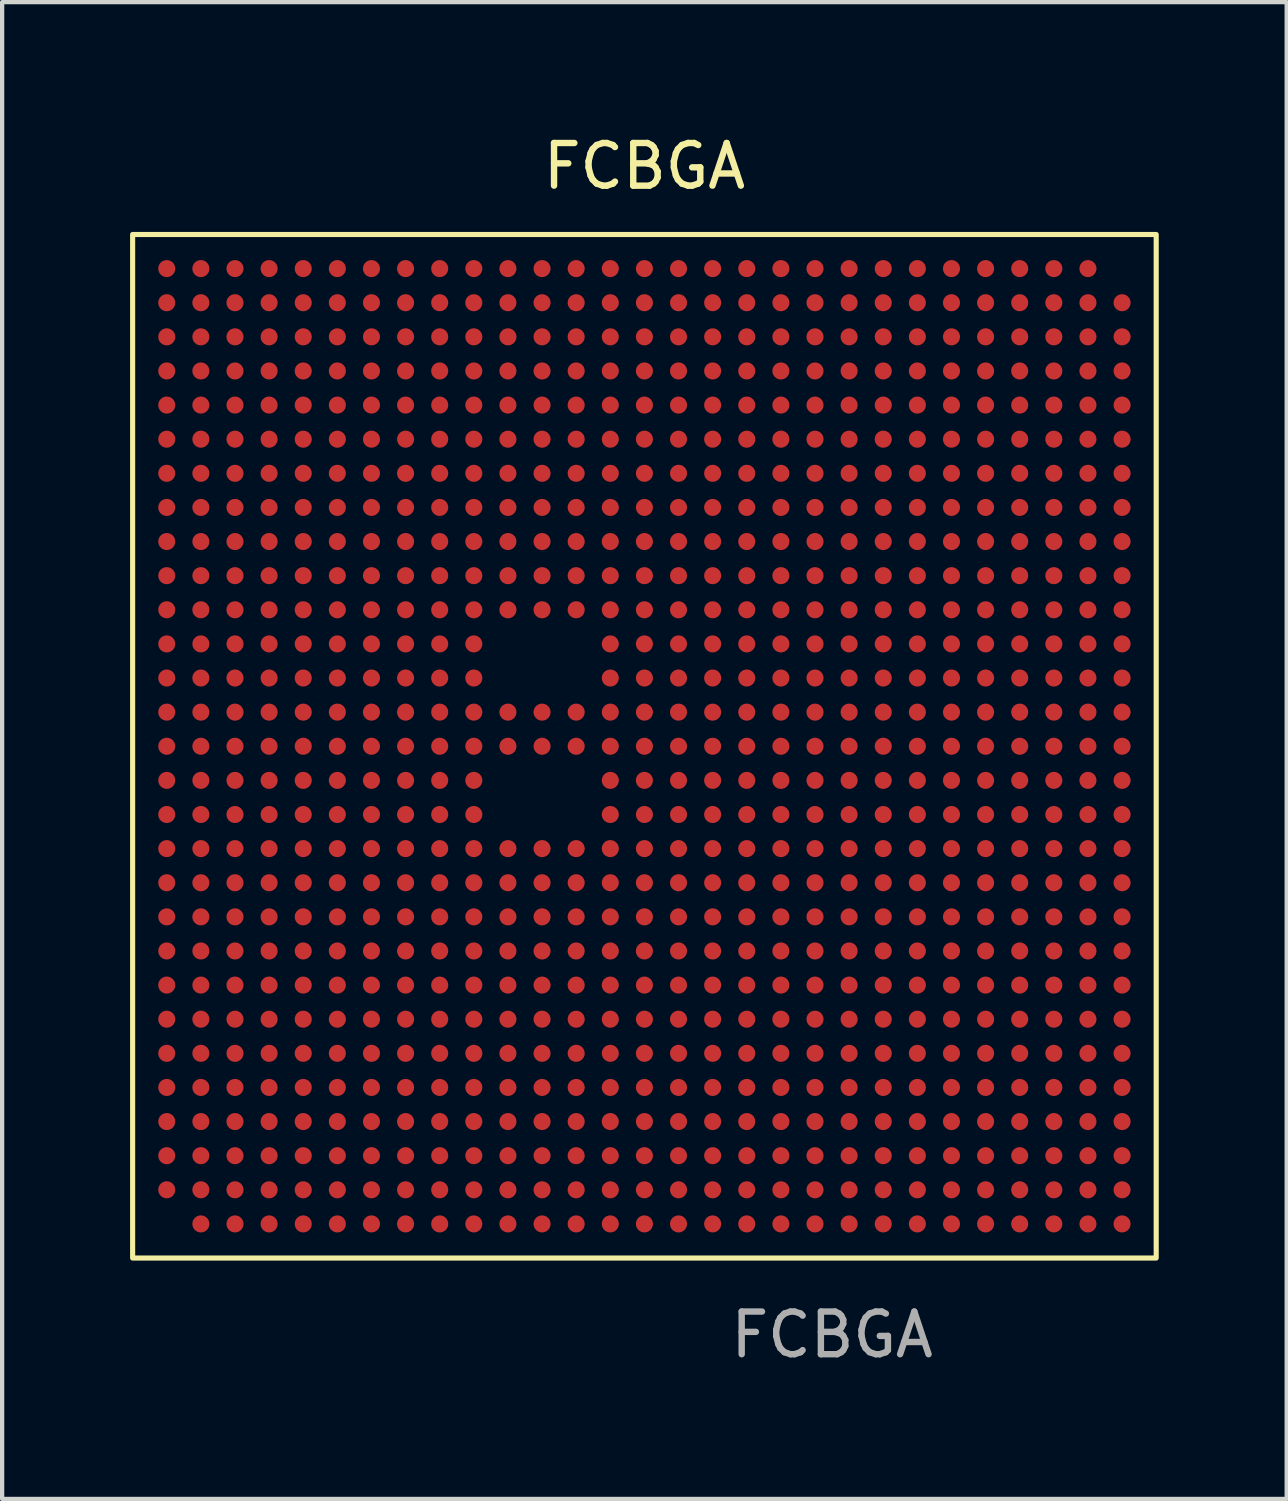
<source format=kicad_pcb>
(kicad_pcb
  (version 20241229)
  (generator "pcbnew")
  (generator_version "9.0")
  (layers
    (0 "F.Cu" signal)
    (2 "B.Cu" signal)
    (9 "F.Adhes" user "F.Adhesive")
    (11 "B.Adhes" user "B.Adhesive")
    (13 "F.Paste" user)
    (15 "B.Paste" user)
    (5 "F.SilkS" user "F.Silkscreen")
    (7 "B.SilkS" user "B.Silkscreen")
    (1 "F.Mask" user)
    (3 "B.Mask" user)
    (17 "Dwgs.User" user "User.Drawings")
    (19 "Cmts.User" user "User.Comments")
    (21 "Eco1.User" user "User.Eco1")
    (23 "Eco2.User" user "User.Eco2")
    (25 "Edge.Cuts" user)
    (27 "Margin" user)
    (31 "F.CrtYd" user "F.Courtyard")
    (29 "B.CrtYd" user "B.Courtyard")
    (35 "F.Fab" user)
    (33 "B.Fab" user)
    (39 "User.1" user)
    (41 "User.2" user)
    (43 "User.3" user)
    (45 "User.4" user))
  (footprint "FCBGA"
    (layer "F.Cu")
    (at 12.06 14.448)
    (property "Reference" "FCBGA" (at 0 -13.6 0) (unlocked yes) (layer "F.SilkS") (effects (font (size 1 1) (thickness 0.15))))
    (attr smd)
    (fp_rect (start -12 -12) (end 12 12) (stroke (width 0.12) (type solid)) (fill no) (layer "F.SilkS"))
    (fp_text user "${REFERENCE}" (at 4.4 13.8 0) (unlocked yes) (layer "F.Fab") (effects (font (size 1 1) (thickness 0.15))))
    (pad "17" smd circle (at 1.6 6.4) (size 0.4 0.4) (layers "F.Cu" "F.Mask" "F.Paste"))
    (pad "18" smd circle (at 2.4 7.2) (size 0.4 0.4) (layers "F.Cu" "F.Mask" "F.Paste"))
    (pad "18" smd circle (at 2.4 9.6) (size 0.4 0.4) (layers "F.Cu" "F.Mask" "F.Paste"))
    (pad "19" smd circle (at 3.2 8) (size 0.4 0.4) (layers "F.Cu" "F.Mask" "F.Paste"))
    (pad "19" smd circle (at 3.2 8.8) (size 0.4 0.4) (layers "F.Cu" "F.Mask" "F.Paste"))
    (pad "20" smd circle (at 4 8) (size 0.4 0.4) (layers "F.Cu" "F.Mask" "F.Paste"))
    (pad "20" smd circle (at 4 8.8) (size 0.4 0.4) (layers "F.Cu" "F.Mask" "F.Paste"))
    (pad "21" smd circle (at 4.8 4.8) (size 0.4 0.4) (layers "F.Cu" "F.Mask" "F.Paste"))
    (pad "21" smd circle (at 4.8 7.2) (size 0.4 0.4) (layers "F.Cu" "F.Mask" "F.Paste"))
    (pad "21" smd circle (at 4.8 9.6) (size 0.4 0.4) (layers "F.Cu" "F.Mask" "F.Paste"))
    (pad "22" smd circle (at 5.6 5.6) (size 0.4 0.4) (layers "F.Cu" "F.Mask" "F.Paste"))
    (pad "22" smd circle (at 5.6 6.4) (size 0.4 0.4) (layers "F.Cu" "F.Mask" "F.Paste"))
    (pad "23" smd circle (at 6.4 5.6) (size 0.4 0.4) (layers "F.Cu" "F.Mask" "F.Paste"))
    (pad "23" smd circle (at 6.4 6.4) (size 0.4 0.4) (layers "F.Cu" "F.Mask" "F.Paste"))
    (pad "24" smd circle (at 7.2 4.8) (size 0.4 0.4) (layers "F.Cu" "F.Mask" "F.Paste"))
    (pad "24" smd circle (at 7.2 7.2) (size 0.4 0.4) (layers "F.Cu" "F.Mask" "F.Paste"))
    (pad "24" smd circle (at 7.2 9.6) (size 0.4 0.4) (layers "F.Cu" "F.Mask" "F.Paste"))
    (pad "25" smd circle (at 8 4) (size 0.4 0.4) (layers "F.Cu" "F.Mask" "F.Paste"))
    (pad "25" smd circle (at 8 8) (size 0.4 0.4) (layers "F.Cu" "F.Mask" "F.Paste"))
    (pad "25" smd circle (at 8 8.8) (size 0.4 0.4) (layers "F.Cu" "F.Mask" "F.Paste"))
    (pad "25" smd circle (at 8 9.6) (size 0.4 0.4) (layers "F.Cu" "F.Mask" "F.Paste"))
    (pad "26" smd circle (at 8.8 8) (size 0.4 0.4) (layers "F.Cu" "F.Mask" "F.Paste"))
    (pad "26" smd circle (at 8.8 8.8) (size 0.4 0.4) (layers "F.Cu" "F.Mask" "F.Paste"))
    (pad "26" smd circle (at 8.8 9.6) (size 0.4 0.4) (layers "F.Cu" "F.Mask" "F.Paste"))
    (pad "27" smd circle (at 9.6 7.2) (size 0.4 0.4) (layers "F.Cu" "F.Mask" "F.Paste"))
    (pad "27" smd circle (at 9.6 8) (size 0.4 0.4) (layers "F.Cu" "F.Mask" "F.Paste"))
    (pad "27" smd circle (at 9.6 8.8) (size 0.4 0.4) (layers "F.Cu" "F.Mask" "F.Paste"))
    (pad "27" smd circle (at 9.6 9.6) (size 0.4 0.4) (layers "F.Cu" "F.Mask" "F.Paste"))
    (pad "28" smd circle (at 10.4 6.4) (size 0.4 0.4) (layers "F.Cu" "F.Mask" "F.Paste"))
    (pad "28" smd circle (at 10.4 7.2) (size 0.4 0.4) (layers "F.Cu" "F.Mask" "F.Paste"))
    (pad "28" smd circle (at 10.4 8) (size 0.4 0.4) (layers "F.Cu" "F.Mask" "F.Paste"))
    (pad "28" smd circle (at 10.4 8.8) (size 0.4 0.4) (layers "F.Cu" "F.Mask" "F.Paste"))
    (pad "28" smd circle (at 10.4 9.6) (size 0.4 0.4) (layers "F.Cu" "F.Mask" "F.Paste"))
    (pad "29" smd circle (at 11.2 4) (size 0.4 0.4) (layers "F.Cu" "F.Mask" "F.Paste"))
    (pad "29" smd circle (at 11.2 4.8) (size 0.4 0.4) (layers "F.Cu" "F.Mask" "F.Paste"))
    (pad "29" smd circle (at 11.2 5.6) (size 0.4 0.4) (layers "F.Cu" "F.Mask" "F.Paste"))
    (pad "29" smd circle (at 11.2 6.4) (size 0.4 0.4) (layers "F.Cu" "F.Mask" "F.Paste"))
    (pad "29" smd circle (at 11.2 7.2) (size 0.4 0.4) (layers "F.Cu" "F.Mask" "F.Paste"))
    (pad "29" smd circle (at 11.2 8) (size 0.4 0.4) (layers "F.Cu" "F.Mask" "F.Paste"))
    (pad "29" smd circle (at 11.2 8.8) (size 0.4 0.4) (layers "F.Cu" "F.Mask" "F.Paste"))
    (pad "29" smd circle (at 11.2 9.6) (size 0.4 0.4) (layers "F.Cu" "F.Mask" "F.Paste"))
    (pad "575" smd circle (at 7.2 4) (size 0.4 0.4) (layers "F.Cu" "F.Mask" "F.Paste"))
    (pad "577" smd circle (at 8.8 4) (size 0.4 0.4) (layers "F.Cu" "F.Mask" "F.Paste"))
    (pad "578" smd circle (at 9.6 4) (size 0.4 0.4) (layers "F.Cu" "F.Mask" "F.Paste"))
    (pad "579" smd circle (at 10.4 4) (size 0.4 0.4) (layers "F.Cu" "F.Mask" "F.Paste"))
    (pad "598" smd circle (at 2.4 4.8) (size 0.4 0.4) (layers "F.Cu" "F.Mask" "F.Paste"))
    (pad "599" smd circle (at 3.2 4.8) (size 0.4 0.4) (layers "F.Cu" "F.Mask" "F.Paste"))
    (pad "600" smd circle (at 4 4.8) (size 0.4 0.4) (layers "F.Cu" "F.Mask" "F.Paste"))
    (pad "602" smd circle (at 5.6 4.8) (size 0.4 0.4) (layers "F.Cu" "F.Mask" "F.Paste"))
    (pad "603" smd circle (at 6.4 4.8) (size 0.4 0.4) (layers "F.Cu" "F.Mask" "F.Paste"))
    (pad "605" smd circle (at 8 4.8) (size 0.4 0.4) (layers "F.Cu" "F.Mask" "F.Paste"))
    (pad "606" smd circle (at 8.8 4.8) (size 0.4 0.4) (layers "F.Cu" "F.Mask" "F.Paste"))
    (pad "607" smd circle (at 9.6 4.8) (size 0.4 0.4) (layers "F.Cu" "F.Mask" "F.Paste"))
    (pad "608" smd circle (at 10.4 4.8) (size 0.4 0.4) (layers "F.Cu" "F.Mask" "F.Paste"))
    (pad "626" smd circle (at 1.6 5.6) (size 0.4 0.4) (layers "F.Cu" "F.Mask" "F.Paste"))
    (pad "627" smd circle (at 2.4 5.6) (size 0.4 0.4) (layers "F.Cu" "F.Mask" "F.Paste"))
    (pad "628" smd circle (at 3.2 5.6) (size 0.4 0.4) (layers "F.Cu" "F.Mask" "F.Paste"))
    (pad "629" smd circle (at 4 5.6) (size 0.4 0.4) (layers "F.Cu" "F.Mask" "F.Paste"))
    (pad "630" smd circle (at 4.8 5.6) (size 0.4 0.4) (layers "F.Cu" "F.Mask" "F.Paste"))
    (pad "633" smd circle (at 7.2 5.6) (size 0.4 0.4) (layers "F.Cu" "F.Mask" "F.Paste"))
    (pad "634" smd circle (at 8 5.6) (size 0.4 0.4) (layers "F.Cu" "F.Mask" "F.Paste"))
    (pad "635" smd circle (at 8.8 5.6) (size 0.4 0.4) (layers "F.Cu" "F.Mask" "F.Paste"))
    (pad "636" smd circle (at 9.6 5.6) (size 0.4 0.4) (layers "F.Cu" "F.Mask" "F.Paste"))
    (pad "637" smd circle (at 10.4 5.6) (size 0.4 0.4) (layers "F.Cu" "F.Mask" "F.Paste"))
    (pad "656" smd circle (at 2.4 6.4) (size 0.4 0.4) (layers "F.Cu" "F.Mask" "F.Paste"))
    (pad "657" smd circle (at 3.2 6.4) (size 0.4 0.4) (layers "F.Cu" "F.Mask" "F.Paste"))
    (pad "658" smd circle (at 4 6.4) (size 0.4 0.4) (layers "F.Cu" "F.Mask" "F.Paste"))
    (pad "659" smd circle (at 4.8 6.4) (size 0.4 0.4) (layers "F.Cu" "F.Mask" "F.Paste"))
    (pad "662" smd circle (at 7.2 6.4) (size 0.4 0.4) (layers "F.Cu" "F.Mask" "F.Paste"))
    (pad "663" smd circle (at 8 6.4) (size 0.4 0.4) (layers "F.Cu" "F.Mask" "F.Paste"))
    (pad "664" smd circle (at 8.8 6.4) (size 0.4 0.4) (layers "F.Cu" "F.Mask" "F.Paste"))
    (pad "665" smd circle (at 9.6 6.4) (size 0.4 0.4) (layers "F.Cu" "F.Mask" "F.Paste"))
    (pad "684" smd circle (at 1.6 7.2) (size 0.4 0.4) (layers "F.Cu" "F.Mask" "F.Paste"))
    (pad "686" smd circle (at 3.2 7.2) (size 0.4 0.4) (layers "F.Cu" "F.Mask" "F.Paste"))
    (pad "687" smd circle (at 4 7.2) (size 0.4 0.4) (layers "F.Cu" "F.Mask" "F.Paste"))
    (pad "689" smd circle (at 5.6 7.2) (size 0.4 0.4) (layers "F.Cu" "F.Mask" "F.Paste"))
    (pad "690" smd circle (at 6.4 7.2) (size 0.4 0.4) (layers "F.Cu" "F.Mask" "F.Paste"))
    (pad "692" smd circle (at 8 7.2) (size 0.4 0.4) (layers "F.Cu" "F.Mask" "F.Paste"))
    (pad "693" smd circle (at 8.8 7.2) (size 0.4 0.4) (layers "F.Cu" "F.Mask" "F.Paste"))
    (pad "713" smd circle (at 1.6 8) (size 0.4 0.4) (layers "F.Cu" "F.Mask" "F.Paste"))
    (pad "714" smd circle (at 2.4 8) (size 0.4 0.4) (layers "F.Cu" "F.Mask" "F.Paste"))
    (pad "717" smd circle (at 4.8 8) (size 0.4 0.4) (layers "F.Cu" "F.Mask" "F.Paste"))
    (pad "718" smd circle (at 5.6 8) (size 0.4 0.4) (layers "F.Cu" "F.Mask" "F.Paste"))
    (pad "719" smd circle (at 6.4 8) (size 0.4 0.4) (layers "F.Cu" "F.Mask" "F.Paste"))
    (pad "720" smd circle (at 7.2 8) (size 0.4 0.4) (layers "F.Cu" "F.Mask" "F.Paste"))
    (pad "742" smd circle (at 1.6 8.8) (size 0.4 0.4) (layers "F.Cu" "F.Mask" "F.Paste"))
    (pad "743" smd circle (at 2.4 8.8) (size 0.4 0.4) (layers "F.Cu" "F.Mask" "F.Paste"))
    (pad "746" smd circle (at 4.8 8.8) (size 0.4 0.4) (layers "F.Cu" "F.Mask" "F.Paste"))
    (pad "747" smd circle (at 5.6 8.8) (size 0.4 0.4) (layers "F.Cu" "F.Mask" "F.Paste"))
    (pad "748" smd circle (at 6.4 8.8) (size 0.4 0.4) (layers "F.Cu" "F.Mask" "F.Paste"))
    (pad "749" smd circle (at 7.2 8.8) (size 0.4 0.4) (layers "F.Cu" "F.Mask" "F.Paste"))
    (pad "771" smd circle (at 1.6 9.6) (size 0.4 0.4) (layers "F.Cu" "F.Mask" "F.Paste"))
    (pad "773" smd circle (at 3.2 9.6) (size 0.4 0.4) (layers "F.Cu" "F.Mask" "F.Paste"))
    (pad "774" smd circle (at 4 9.6) (size 0.4 0.4) (layers "F.Cu" "F.Mask" "F.Paste"))
    (pad "776" smd circle (at 5.6 9.6) (size 0.4 0.4) (layers "F.Cu" "F.Mask" "F.Paste"))
    (pad "777" smd circle (at 6.4 9.6) (size 0.4 0.4) (layers "F.Cu" "F.Mask" "F.Paste"))
    (pad "802" smd circle (at 3.2 10.4) (size 0.4 0.4) (layers "F.Cu" "F.Mask" "F.Paste"))
    (pad "803" smd circle (at 4 10.4) (size 0.4 0.4) (layers "F.Cu" "F.Mask" "F.Paste"))
    (pad "804" smd circle (at 4.8 10.4) (size 0.4 0.4) (layers "F.Cu" "F.Mask" "F.Paste"))
    (pad "A1" smd circle (at -11.2 -11.2) (size 0.4 0.4) (layers "F.Cu" "F.Mask" "F.Paste"))
    (pad "A2" smd circle (at -10.4 -11.2) (size 0.4 0.4) (layers "F.Cu" "F.Mask" "F.Paste"))
    (pad "A3" smd circle (at -9.6 -11.2) (size 0.4 0.4) (layers "F.Cu" "F.Mask" "F.Paste"))
    (pad "A4" smd circle (at -8.8 -11.2) (size 0.4 0.4) (layers "F.Cu" "F.Mask" "F.Paste"))
    (pad "A5" smd circle (at -8 -11.2) (size 0.4 0.4) (layers "F.Cu" "F.Mask" "F.Paste"))
    (pad "A6" smd circle (at -7.2 -11.2) (size 0.4 0.4) (layers "F.Cu" "F.Mask" "F.Paste"))
    (pad "A7" smd circle (at -6.4 -11.2) (size 0.4 0.4) (layers "F.Cu" "F.Mask" "F.Paste"))
    (pad "A8" smd circle (at -5.6 -11.2) (size 0.4 0.4) (layers "F.Cu" "F.Mask" "F.Paste"))
    (pad "A9" smd circle (at -4.8 -11.2) (size 0.4 0.4) (layers "F.Cu" "F.Mask" "F.Paste"))
    (pad "A10" smd circle (at -4 -11.2) (size 0.4 0.4) (layers "F.Cu" "F.Mask" "F.Paste"))
    (pad "A11" smd circle (at -3.2 -11.2) (size 0.4 0.4) (layers "F.Cu" "F.Mask" "F.Paste"))
    (pad "A12" smd circle (at -2.4 -11.2) (size 0.4 0.4) (layers "F.Cu" "F.Mask" "F.Paste"))
    (pad "A13" smd circle (at -1.6 -11.2) (size 0.4 0.4) (layers "F.Cu" "F.Mask" "F.Paste"))
    (pad "A14" smd circle (at -0.8 -11.2) (size 0.4 0.4) (layers "F.Cu" "F.Mask" "F.Paste"))
    (pad "A15" smd circle (at 0 -11.2) (size 0.4 0.4) (layers "F.Cu" "F.Mask" "F.Paste"))
    (pad "A16" smd circle (at 0.8 -11.2) (size 0.4 0.4) (layers "F.Cu" "F.Mask" "F.Paste"))
    (pad "A17" smd circle (at 1.6 -11.2) (size 0.4 0.4) (layers "F.Cu" "F.Mask" "F.Paste"))
    (pad "A18" smd circle (at 2.4 -11.2) (size 0.4 0.4) (layers "F.Cu" "F.Mask" "F.Paste"))
    (pad "A19" smd circle (at 3.2 -11.2) (size 0.4 0.4) (layers "F.Cu" "F.Mask" "F.Paste"))
    (pad "A20" smd circle (at 4 -11.2) (size 0.4 0.4) (layers "F.Cu" "F.Mask" "F.Paste"))
    (pad "A21" smd circle (at 4.8 -11.2) (size 0.4 0.4) (layers "F.Cu" "F.Mask" "F.Paste"))
    (pad "A22" smd circle (at 5.6 -11.2) (size 0.4 0.4) (layers "F.Cu" "F.Mask" "F.Paste"))
    (pad "A23" smd circle (at 6.4 -11.2) (size 0.4 0.4) (layers "F.Cu" "F.Mask" "F.Paste"))
    (pad "A24" smd circle (at 7.2 -11.2) (size 0.4 0.4) (layers "F.Cu" "F.Mask" "F.Paste"))
    (pad "A25" smd circle (at 8 -11.2) (size 0.4 0.4) (layers "F.Cu" "F.Mask" "F.Paste"))
    (pad "A26" smd circle (at 8.8 -11.2) (size 0.4 0.4) (layers "F.Cu" "F.Mask" "F.Paste"))
    (pad "A27" smd circle (at 9.6 -11.2) (size 0.4 0.4) (layers "F.Cu" "F.Mask" "F.Paste"))
    (pad "A28" smd circle (at 10.4 -11.2) (size 0.4 0.4) (layers "F.Cu" "F.Mask" "F.Paste"))
    (pad "AA1" smd circle (at -11.2 4.8) (size 0.4 0.4) (layers "F.Cu" "F.Mask" "F.Paste"))
    (pad "AA2" smd circle (at -10.4 4.8) (size 0.4 0.4) (layers "F.Cu" "F.Mask" "F.Paste"))
    (pad "AA3" smd circle (at -9.6 4.8) (size 0.4 0.4) (layers "F.Cu" "F.Mask" "F.Paste"))
    (pad "AA4" smd circle (at -8.8 4.8) (size 0.4 0.4) (layers "F.Cu" "F.Mask" "F.Paste"))
    (pad "AA5" smd circle (at -8 4.8) (size 0.4 0.4) (layers "F.Cu" "F.Mask" "F.Paste"))
    (pad "AA6" smd circle (at -7.2 4.8) (size 0.4 0.4) (layers "F.Cu" "F.Mask" "F.Paste"))
    (pad "AA7" smd circle (at -6.4 4.8) (size 0.4 0.4) (layers "F.Cu" "F.Mask" "F.Paste"))
    (pad "AA8" smd circle (at -5.6 4.8) (size 0.4 0.4) (layers "F.Cu" "F.Mask" "F.Paste"))
    (pad "AA9" smd circle (at -4.8 4.8) (size 0.4 0.4) (layers "F.Cu" "F.Mask" "F.Paste"))
    (pad "AA10" smd circle (at -4 4.8) (size 0.4 0.4) (layers "F.Cu" "F.Mask" "F.Paste"))
    (pad "AA11" smd circle (at -3.2 4.8) (size 0.4 0.4) (layers "F.Cu" "F.Mask" "F.Paste"))
    (pad "AA12" smd circle (at -2.4 4.8) (size 0.4 0.4) (layers "F.Cu" "F.Mask" "F.Paste"))
    (pad "AA13" smd circle (at -1.6 4.8) (size 0.4 0.4) (layers "F.Cu" "F.Mask" "F.Paste"))
    (pad "AA14" smd circle (at -0.8 4.8) (size 0.4 0.4) (layers "F.Cu" "F.Mask" "F.Paste"))
    (pad "AA15" smd circle (at 0 4.8) (size 0.4 0.4) (layers "F.Cu" "F.Mask" "F.Paste"))
    (pad "AA16" smd circle (at 0.8 4.8) (size 0.4 0.4) (layers "F.Cu" "F.Mask" "F.Paste"))
    (pad "AA17" smd circle (at 1.6 4.8) (size 0.4 0.4) (layers "F.Cu" "F.Mask" "F.Paste"))
    (pad "AB1" smd circle (at -11.2 5.6) (size 0.4 0.4) (layers "F.Cu" "F.Mask" "F.Paste"))
    (pad "AB2" smd circle (at -10.4 5.6) (size 0.4 0.4) (layers "F.Cu" "F.Mask" "F.Paste"))
    (pad "AB3" smd circle (at -9.6 5.6) (size 0.4 0.4) (layers "F.Cu" "F.Mask" "F.Paste"))
    (pad "AB4" smd circle (at -8.8 5.6) (size 0.4 0.4) (layers "F.Cu" "F.Mask" "F.Paste"))
    (pad "AB5" smd circle (at -8 5.6) (size 0.4 0.4) (layers "F.Cu" "F.Mask" "F.Paste"))
    (pad "AB6" smd circle (at -7.2 5.6) (size 0.4 0.4) (layers "F.Cu" "F.Mask" "F.Paste"))
    (pad "AB7" smd circle (at -6.4 5.6) (size 0.4 0.4) (layers "F.Cu" "F.Mask" "F.Paste"))
    (pad "AB8" smd circle (at -5.6 5.6) (size 0.4 0.4) (layers "F.Cu" "F.Mask" "F.Paste"))
    (pad "AB9" smd circle (at -4.8 5.6) (size 0.4 0.4) (layers "F.Cu" "F.Mask" "F.Paste"))
    (pad "AB10" smd circle (at -4 5.6) (size 0.4 0.4) (layers "F.Cu" "F.Mask" "F.Paste"))
    (pad "AB11" smd circle (at -3.2 5.6) (size 0.4 0.4) (layers "F.Cu" "F.Mask" "F.Paste"))
    (pad "AB12" smd circle (at -2.4 5.6) (size 0.4 0.4) (layers "F.Cu" "F.Mask" "F.Paste"))
    (pad "AB13" smd circle (at -1.6 5.6) (size 0.4 0.4) (layers "F.Cu" "F.Mask" "F.Paste"))
    (pad "AB14" smd circle (at -0.8 5.6) (size 0.4 0.4) (layers "F.Cu" "F.Mask" "F.Paste"))
    (pad "AB15" smd circle (at 0 5.6) (size 0.4 0.4) (layers "F.Cu" "F.Mask" "F.Paste"))
    (pad "AB16" smd circle (at 0.8 5.6) (size 0.4 0.4) (layers "F.Cu" "F.Mask" "F.Paste"))
    (pad "AC1" smd circle (at -11.2 6.4) (size 0.4 0.4) (layers "F.Cu" "F.Mask" "F.Paste"))
    (pad "AC2" smd circle (at -10.4 6.4) (size 0.4 0.4) (layers "F.Cu" "F.Mask" "F.Paste"))
    (pad "AC3" smd circle (at -9.6 6.4) (size 0.4 0.4) (layers "F.Cu" "F.Mask" "F.Paste"))
    (pad "AC4" smd circle (at -8.8 6.4) (size 0.4 0.4) (layers "F.Cu" "F.Mask" "F.Paste"))
    (pad "AC5" smd circle (at -8 6.4) (size 0.4 0.4) (layers "F.Cu" "F.Mask" "F.Paste"))
    (pad "AC6" smd circle (at -7.2 6.4) (size 0.4 0.4) (layers "F.Cu" "F.Mask" "F.Paste"))
    (pad "AC7" smd circle (at -6.4 6.4) (size 0.4 0.4) (layers "F.Cu" "F.Mask" "F.Paste"))
    (pad "AC8" smd circle (at -5.6 6.4) (size 0.4 0.4) (layers "F.Cu" "F.Mask" "F.Paste"))
    (pad "AC9" smd circle (at -4.8 6.4) (size 0.4 0.4) (layers "F.Cu" "F.Mask" "F.Paste"))
    (pad "AC10" smd circle (at -4 6.4) (size 0.4 0.4) (layers "F.Cu" "F.Mask" "F.Paste"))
    (pad "AC11" smd circle (at -3.2 6.4) (size 0.4 0.4) (layers "F.Cu" "F.Mask" "F.Paste"))
    (pad "AC12" smd circle (at -2.4 6.4) (size 0.4 0.4) (layers "F.Cu" "F.Mask" "F.Paste"))
    (pad "AC13" smd circle (at -1.6 6.4) (size 0.4 0.4) (layers "F.Cu" "F.Mask" "F.Paste"))
    (pad "AC14" smd circle (at -0.8 6.4) (size 0.4 0.4) (layers "F.Cu" "F.Mask" "F.Paste"))
    (pad "AC15" smd circle (at 0 6.4) (size 0.4 0.4) (layers "F.Cu" "F.Mask" "F.Paste"))
    (pad "AC16" smd circle (at 0.8 6.4) (size 0.4 0.4) (layers "F.Cu" "F.Mask" "F.Paste"))
    (pad "AD1" smd circle (at -11.2 7.2) (size 0.4 0.4) (layers "F.Cu" "F.Mask" "F.Paste"))
    (pad "AD2" smd circle (at -10.4 7.2) (size 0.4 0.4) (layers "F.Cu" "F.Mask" "F.Paste"))
    (pad "AD3" smd circle (at -9.6 7.2) (size 0.4 0.4) (layers "F.Cu" "F.Mask" "F.Paste"))
    (pad "AD4" smd circle (at -8.8 7.2) (size 0.4 0.4) (layers "F.Cu" "F.Mask" "F.Paste"))
    (pad "AD5" smd circle (at -8 7.2) (size 0.4 0.4) (layers "F.Cu" "F.Mask" "F.Paste"))
    (pad "AD6" smd circle (at -7.2 7.2) (size 0.4 0.4) (layers "F.Cu" "F.Mask" "F.Paste"))
    (pad "AD7" smd circle (at -6.4 7.2) (size 0.4 0.4) (layers "F.Cu" "F.Mask" "F.Paste"))
    (pad "AD8" smd circle (at -5.6 7.2) (size 0.4 0.4) (layers "F.Cu" "F.Mask" "F.Paste"))
    (pad "AD9" smd circle (at -4.8 7.2) (size 0.4 0.4) (layers "F.Cu" "F.Mask" "F.Paste"))
    (pad "AD10" smd circle (at -4 7.2) (size 0.4 0.4) (layers "F.Cu" "F.Mask" "F.Paste"))
    (pad "AD11" smd circle (at -3.2 7.2) (size 0.4 0.4) (layers "F.Cu" "F.Mask" "F.Paste"))
    (pad "AD12" smd circle (at -2.4 7.2) (size 0.4 0.4) (layers "F.Cu" "F.Mask" "F.Paste"))
    (pad "AD13" smd circle (at -1.6 7.2) (size 0.4 0.4) (layers "F.Cu" "F.Mask" "F.Paste"))
    (pad "AD14" smd circle (at -0.8 7.2) (size 0.4 0.4) (layers "F.Cu" "F.Mask" "F.Paste"))
    (pad "AD15" smd circle (at 0 7.2) (size 0.4 0.4) (layers "F.Cu" "F.Mask" "F.Paste"))
    (pad "AD16" smd circle (at 0.8 7.2) (size 0.4 0.4) (layers "F.Cu" "F.Mask" "F.Paste"))
    (pad "AE1" smd circle (at -11.2 8) (size 0.4 0.4) (layers "F.Cu" "F.Mask" "F.Paste"))
    (pad "AE2" smd circle (at -10.4 8) (size 0.4 0.4) (layers "F.Cu" "F.Mask" "F.Paste"))
    (pad "AE3" smd circle (at -9.6 8) (size 0.4 0.4) (layers "F.Cu" "F.Mask" "F.Paste"))
    (pad "AE4" smd circle (at -8.8 8) (size 0.4 0.4) (layers "F.Cu" "F.Mask" "F.Paste"))
    (pad "AE5" smd circle (at -8 8) (size 0.4 0.4) (layers "F.Cu" "F.Mask" "F.Paste"))
    (pad "AE6" smd circle (at -7.2 8) (size 0.4 0.4) (layers "F.Cu" "F.Mask" "F.Paste"))
    (pad "AE7" smd circle (at -6.4 8) (size 0.4 0.4) (layers "F.Cu" "F.Mask" "F.Paste"))
    (pad "AE8" smd circle (at -5.6 8) (size 0.4 0.4) (layers "F.Cu" "F.Mask" "F.Paste"))
    (pad "AE9" smd circle (at -4.8 8) (size 0.4 0.4) (layers "F.Cu" "F.Mask" "F.Paste"))
    (pad "AE10" smd circle (at -4 8) (size 0.4 0.4) (layers "F.Cu" "F.Mask" "F.Paste"))
    (pad "AE11" smd circle (at -3.2 8) (size 0.4 0.4) (layers "F.Cu" "F.Mask" "F.Paste"))
    (pad "AE12" smd circle (at -2.4 8) (size 0.4 0.4) (layers "F.Cu" "F.Mask" "F.Paste"))
    (pad "AE13" smd circle (at -1.6 8) (size 0.4 0.4) (layers "F.Cu" "F.Mask" "F.Paste"))
    (pad "AE14" smd circle (at -0.8 8) (size 0.4 0.4) (layers "F.Cu" "F.Mask" "F.Paste"))
    (pad "AE15" smd circle (at 0 8) (size 0.4 0.4) (layers "F.Cu" "F.Mask" "F.Paste"))
    (pad "AE16" smd circle (at 0.8 8) (size 0.4 0.4) (layers "F.Cu" "F.Mask" "F.Paste"))
    (pad "AF1" smd circle (at -11.2 8.8) (size 0.4 0.4) (layers "F.Cu" "F.Mask" "F.Paste"))
    (pad "AF2" smd circle (at -10.4 8.8) (size 0.4 0.4) (layers "F.Cu" "F.Mask" "F.Paste"))
    (pad "AF3" smd circle (at -9.6 8.8) (size 0.4 0.4) (layers "F.Cu" "F.Mask" "F.Paste"))
    (pad "AF4" smd circle (at -8.8 8.8) (size 0.4 0.4) (layers "F.Cu" "F.Mask" "F.Paste"))
    (pad "AF5" smd circle (at -8 8.8) (size 0.4 0.4) (layers "F.Cu" "F.Mask" "F.Paste"))
    (pad "AF6" smd circle (at -7.2 8.8) (size 0.4 0.4) (layers "F.Cu" "F.Mask" "F.Paste"))
    (pad "AF7" smd circle (at -6.4 8.8) (size 0.4 0.4) (layers "F.Cu" "F.Mask" "F.Paste"))
    (pad "AF8" smd circle (at -5.6 8.8) (size 0.4 0.4) (layers "F.Cu" "F.Mask" "F.Paste"))
    (pad "AF9" smd circle (at -4.8 8.8) (size 0.4 0.4) (layers "F.Cu" "F.Mask" "F.Paste"))
    (pad "AF10" smd circle (at -4 8.8) (size 0.4 0.4) (layers "F.Cu" "F.Mask" "F.Paste"))
    (pad "AF11" smd circle (at -3.2 8.8) (size 0.4 0.4) (layers "F.Cu" "F.Mask" "F.Paste"))
    (pad "AF12" smd circle (at -2.4 8.8) (size 0.4 0.4) (layers "F.Cu" "F.Mask" "F.Paste"))
    (pad "AF13" smd circle (at -1.6 8.8) (size 0.4 0.4) (layers "F.Cu" "F.Mask" "F.Paste"))
    (pad "AF14" smd circle (at -0.8 8.8) (size 0.4 0.4) (layers "F.Cu" "F.Mask" "F.Paste"))
    (pad "AF15" smd circle (at 0 8.8) (size 0.4 0.4) (layers "F.Cu" "F.Mask" "F.Paste"))
    (pad "AF16" smd circle (at 0.8 8.8) (size 0.4 0.4) (layers "F.Cu" "F.Mask" "F.Paste"))
    (pad "AG1" smd circle (at -11.2 9.6) (size 0.4 0.4) (layers "F.Cu" "F.Mask" "F.Paste"))
    (pad "AG2" smd circle (at -10.4 9.6) (size 0.4 0.4) (layers "F.Cu" "F.Mask" "F.Paste"))
    (pad "AG3" smd circle (at -9.6 9.6) (size 0.4 0.4) (layers "F.Cu" "F.Mask" "F.Paste"))
    (pad "AG4" smd circle (at -8.8 9.6) (size 0.4 0.4) (layers "F.Cu" "F.Mask" "F.Paste"))
    (pad "AG5" smd circle (at -8 9.6) (size 0.4 0.4) (layers "F.Cu" "F.Mask" "F.Paste"))
    (pad "AG6" smd circle (at -7.2 9.6) (size 0.4 0.4) (layers "F.Cu" "F.Mask" "F.Paste"))
    (pad "AG7" smd circle (at -6.4 9.6) (size 0.4 0.4) (layers "F.Cu" "F.Mask" "F.Paste"))
    (pad "AG8" smd circle (at -5.6 9.6) (size 0.4 0.4) (layers "F.Cu" "F.Mask" "F.Paste"))
    (pad "AG9" smd circle (at -4.8 9.6) (size 0.4 0.4) (layers "F.Cu" "F.Mask" "F.Paste"))
    (pad "AG10" smd circle (at -4 9.6) (size 0.4 0.4) (layers "F.Cu" "F.Mask" "F.Paste"))
    (pad "AG11" smd circle (at -3.2 9.6) (size 0.4 0.4) (layers "F.Cu" "F.Mask" "F.Paste"))
    (pad "AG12" smd circle (at -2.4 9.6) (size 0.4 0.4) (layers "F.Cu" "F.Mask" "F.Paste"))
    (pad "AG13" smd circle (at -1.6 9.6) (size 0.4 0.4) (layers "F.Cu" "F.Mask" "F.Paste"))
    (pad "AG14" smd circle (at -0.8 9.6) (size 0.4 0.4) (layers "F.Cu" "F.Mask" "F.Paste"))
    (pad "AG15" smd circle (at 0 9.6) (size 0.4 0.4) (layers "F.Cu" "F.Mask" "F.Paste"))
    (pad "AG16" smd circle (at 0.8 9.6) (size 0.4 0.4) (layers "F.Cu" "F.Mask" "F.Paste"))
    (pad "AH1" smd circle (at -11.2 10.4) (size 0.4 0.4) (layers "F.Cu" "F.Mask" "F.Paste"))
    (pad "AH2" smd circle (at -10.4 10.4) (size 0.4 0.4) (layers "F.Cu" "F.Mask" "F.Paste"))
    (pad "AH3" smd circle (at -9.6 10.4) (size 0.4 0.4) (layers "F.Cu" "F.Mask" "F.Paste"))
    (pad "AH4" smd circle (at -8.8 10.4) (size 0.4 0.4) (layers "F.Cu" "F.Mask" "F.Paste"))
    (pad "AH5" smd circle (at -8 10.4) (size 0.4 0.4) (layers "F.Cu" "F.Mask" "F.Paste"))
    (pad "AH6" smd circle (at -7.2 10.4) (size 0.4 0.4) (layers "F.Cu" "F.Mask" "F.Paste"))
    (pad "AH7" smd circle (at -6.4 10.4) (size 0.4 0.4) (layers "F.Cu" "F.Mask" "F.Paste"))
    (pad "AH8" smd circle (at -5.6 10.4) (size 0.4 0.4) (layers "F.Cu" "F.Mask" "F.Paste"))
    (pad "AH9" smd circle (at -4.8 10.4) (size 0.4 0.4) (layers "F.Cu" "F.Mask" "F.Paste"))
    (pad "AH10" smd circle (at -4 10.4) (size 0.4 0.4) (layers "F.Cu" "F.Mask" "F.Paste"))
    (pad "AH11" smd circle (at -3.2 10.4) (size 0.4 0.4) (layers "F.Cu" "F.Mask" "F.Paste"))
    (pad "AH12" smd circle (at -2.4 10.4) (size 0.4 0.4) (layers "F.Cu" "F.Mask" "F.Paste"))
    (pad "AH13" smd circle (at -1.6 10.4) (size 0.4 0.4) (layers "F.Cu" "F.Mask" "F.Paste"))
    (pad "AH14" smd circle (at -0.8 10.4) (size 0.4 0.4) (layers "F.Cu" "F.Mask" "F.Paste"))
    (pad "AH15" smd circle (at 0 10.4) (size 0.4 0.4) (layers "F.Cu" "F.Mask" "F.Paste"))
    (pad "AH16" smd circle (at 0.8 10.4) (size 0.4 0.4) (layers "F.Cu" "F.Mask" "F.Paste"))
    (pad "AH17" smd circle (at 1.6 10.4) (size 0.4 0.4) (layers "F.Cu" "F.Mask" "F.Paste"))
    (pad "AH18" smd circle (at 2.4 10.4) (size 0.4 0.4) (layers "F.Cu" "F.Mask" "F.Paste"))
    (pad "AH22" smd circle (at 5.6 10.4) (size 0.4 0.4) (layers "F.Cu" "F.Mask" "F.Paste"))
    (pad "AH23" smd circle (at 6.4 10.4) (size 0.4 0.4) (layers "F.Cu" "F.Mask" "F.Paste"))
    (pad "AH24" smd circle (at 7.2 10.4) (size 0.4 0.4) (layers "F.Cu" "F.Mask" "F.Paste"))
    (pad "AH25" smd circle (at 8 10.4) (size 0.4 0.4) (layers "F.Cu" "F.Mask" "F.Paste"))
    (pad "AH26" smd circle (at 8.8 10.4) (size 0.4 0.4) (layers "F.Cu" "F.Mask" "F.Paste"))
    (pad "AH27" smd circle (at 9.6 10.4) (size 0.4 0.4) (layers "F.Cu" "F.Mask" "F.Paste"))
    (pad "AH28" smd circle (at 10.4 10.4) (size 0.4 0.4) (layers "F.Cu" "F.Mask" "F.Paste"))
    (pad "AH29" smd circle (at 11.2 10.4) (size 0.4 0.4) (layers "F.Cu" "F.Mask" "F.Paste"))
    (pad "AJ2" smd circle (at -10.4 11.2) (size 0.4 0.4) (layers "F.Cu" "F.Mask" "F.Paste"))
    (pad "AJ3" smd circle (at -9.6 11.2) (size 0.4 0.4) (layers "F.Cu" "F.Mask" "F.Paste"))
    (pad "AJ4" smd circle (at -8.8 11.2) (size 0.4 0.4) (layers "F.Cu" "F.Mask" "F.Paste"))
    (pad "AJ5" smd circle (at -8 11.2) (size 0.4 0.4) (layers "F.Cu" "F.Mask" "F.Paste"))
    (pad "AJ6" smd circle (at -7.2 11.2) (size 0.4 0.4) (layers "F.Cu" "F.Mask" "F.Paste"))
    (pad "AJ7" smd circle (at -6.4 11.2) (size 0.4 0.4) (layers "F.Cu" "F.Mask" "F.Paste"))
    (pad "AJ8" smd circle (at -5.6 11.2) (size 0.4 0.4) (layers "F.Cu" "F.Mask" "F.Paste"))
    (pad "AJ9" smd circle (at -4.8 11.2) (size 0.4 0.4) (layers "F.Cu" "F.Mask" "F.Paste"))
    (pad "AJ10" smd circle (at -4 11.2) (size 0.4 0.4) (layers "F.Cu" "F.Mask" "F.Paste"))
    (pad "AJ11" smd circle (at -3.2 11.2) (size 0.4 0.4) (layers "F.Cu" "F.Mask" "F.Paste"))
    (pad "AJ12" smd circle (at -2.4 11.2) (size 0.4 0.4) (layers "F.Cu" "F.Mask" "F.Paste"))
    (pad "AJ13" smd circle (at -1.6 11.2) (size 0.4 0.4) (layers "F.Cu" "F.Mask" "F.Paste"))
    (pad "AJ14" smd circle (at -0.8 11.2) (size 0.4 0.4) (layers "F.Cu" "F.Mask" "F.Paste"))
    (pad "AJ15" smd circle (at 0 11.2) (size 0.4 0.4) (layers "F.Cu" "F.Mask" "F.Paste"))
    (pad "AJ16" smd circle (at 0.8 11.2) (size 0.4 0.4) (layers "F.Cu" "F.Mask" "F.Paste"))
    (pad "AJ17" smd circle (at 1.6 11.2) (size 0.4 0.4) (layers "F.Cu" "F.Mask" "F.Paste"))
    (pad "AJ18" smd circle (at 2.4 11.2) (size 0.4 0.4) (layers "F.Cu" "F.Mask" "F.Paste"))
    (pad "AJ19" smd circle (at 3.2 11.2) (size 0.4 0.4) (layers "F.Cu" "F.Mask" "F.Paste"))
    (pad "AJ20" smd circle (at 4 11.2) (size 0.4 0.4) (layers "F.Cu" "F.Mask" "F.Paste"))
    (pad "AJ21" smd circle (at 4.8 11.2) (size 0.4 0.4) (layers "F.Cu" "F.Mask" "F.Paste"))
    (pad "AJ22" smd circle (at 5.6 11.2) (size 0.4 0.4) (layers "F.Cu" "F.Mask" "F.Paste"))
    (pad "AJ23" smd circle (at 6.4 11.2) (size 0.4 0.4) (layers "F.Cu" "F.Mask" "F.Paste"))
    (pad "AJ24" smd circle (at 7.2 11.2) (size 0.4 0.4) (layers "F.Cu" "F.Mask" "F.Paste"))
    (pad "AJ25" smd circle (at 8 11.2) (size 0.4 0.4) (layers "F.Cu" "F.Mask" "F.Paste"))
    (pad "AJ26" smd circle (at 8.8 11.2) (size 0.4 0.4) (layers "F.Cu" "F.Mask" "F.Paste"))
    (pad "AJ27" smd circle (at 9.6 11.2) (size 0.4 0.4) (layers "F.Cu" "F.Mask" "F.Paste"))
    (pad "AJ28" smd circle (at 10.4 11.2) (size 0.4 0.4) (layers "F.Cu" "F.Mask" "F.Paste"))
    (pad "AJ29" smd circle (at 11.2 11.2) (size 0.4 0.4) (layers "F.Cu" "F.Mask" "F.Paste"))
    (pad "B1" smd circle (at -11.2 -10.4) (size 0.4 0.4) (layers "F.Cu" "F.Mask" "F.Paste"))
    (pad "B2" smd circle (at -10.4 -10.4) (size 0.4 0.4) (layers "F.Cu" "F.Mask" "F.Paste"))
    (pad "B3" smd circle (at -9.6 -10.4) (size 0.4 0.4) (layers "F.Cu" "F.Mask" "F.Paste"))
    (pad "B4" smd circle (at -8.8 -10.4) (size 0.4 0.4) (layers "F.Cu" "F.Mask" "F.Paste"))
    (pad "B5" smd circle (at -8 -10.4) (size 0.4 0.4) (layers "F.Cu" "F.Mask" "F.Paste"))
    (pad "B6" smd circle (at -7.2 -10.4) (size 0.4 0.4) (layers "F.Cu" "F.Mask" "F.Paste"))
    (pad "B7" smd circle (at -6.4 -10.4) (size 0.4 0.4) (layers "F.Cu" "F.Mask" "F.Paste"))
    (pad "B8" smd circle (at -5.6 -10.4) (size 0.4 0.4) (layers "F.Cu" "F.Mask" "F.Paste"))
    (pad "B9" smd circle (at -4.8 -10.4) (size 0.4 0.4) (layers "F.Cu" "F.Mask" "F.Paste"))
    (pad "B10" smd circle (at -4 -10.4) (size 0.4 0.4) (layers "F.Cu" "F.Mask" "F.Paste"))
    (pad "B11" smd circle (at -3.2 -10.4) (size 0.4 0.4) (layers "F.Cu" "F.Mask" "F.Paste"))
    (pad "B12" smd circle (at -2.4 -10.4) (size 0.4 0.4) (layers "F.Cu" "F.Mask" "F.Paste"))
    (pad "B13" smd circle (at -1.6 -10.4) (size 0.4 0.4) (layers "F.Cu" "F.Mask" "F.Paste"))
    (pad "B14" smd circle (at -0.8 -10.4) (size 0.4 0.4) (layers "F.Cu" "F.Mask" "F.Paste"))
    (pad "B15" smd circle (at 0 -10.4) (size 0.4 0.4) (layers "F.Cu" "F.Mask" "F.Paste"))
    (pad "B16" smd circle (at 0.8 -10.4) (size 0.4 0.4) (layers "F.Cu" "F.Mask" "F.Paste"))
    (pad "B17" smd circle (at 1.6 -10.4) (size 0.4 0.4) (layers "F.Cu" "F.Mask" "F.Paste"))
    (pad "B18" smd circle (at 2.4 -10.4) (size 0.4 0.4) (layers "F.Cu" "F.Mask" "F.Paste"))
    (pad "B19" smd circle (at 3.2 -10.4) (size 0.4 0.4) (layers "F.Cu" "F.Mask" "F.Paste"))
    (pad "B20" smd circle (at 4 -10.4) (size 0.4 0.4) (layers "F.Cu" "F.Mask" "F.Paste"))
    (pad "B21" smd circle (at 4.8 -10.4) (size 0.4 0.4) (layers "F.Cu" "F.Mask" "F.Paste"))
    (pad "B22" smd circle (at 5.6 -10.4) (size 0.4 0.4) (layers "F.Cu" "F.Mask" "F.Paste"))
    (pad "B23" smd circle (at 6.4 -10.4) (size 0.4 0.4) (layers "F.Cu" "F.Mask" "F.Paste"))
    (pad "B24" smd circle (at 7.2 -10.4) (size 0.4 0.4) (layers "F.Cu" "F.Mask" "F.Paste"))
    (pad "B25" smd circle (at 8 -10.4) (size 0.4 0.4) (layers "F.Cu" "F.Mask" "F.Paste"))
    (pad "B26" smd circle (at 8.8 -10.4) (size 0.4 0.4) (layers "F.Cu" "F.Mask" "F.Paste"))
    (pad "B27" smd circle (at 9.6 -10.4) (size 0.4 0.4) (layers "F.Cu" "F.Mask" "F.Paste"))
    (pad "B28" smd circle (at 10.4 -10.4) (size 0.4 0.4) (layers "F.Cu" "F.Mask" "F.Paste"))
    (pad "B29" smd circle (at 11.2 -10.4) (size 0.4 0.4) (layers "F.Cu" "F.Mask" "F.Paste"))
    (pad "C1" smd circle (at -11.2 -9.6) (size 0.4 0.4) (layers "F.Cu" "F.Mask" "F.Paste"))
    (pad "C2" smd circle (at -10.4 -9.6) (size 0.4 0.4) (layers "F.Cu" "F.Mask" "F.Paste"))
    (pad "C3" smd circle (at -9.6 -9.6) (size 0.4 0.4) (layers "F.Cu" "F.Mask" "F.Paste"))
    (pad "C4" smd circle (at -8.8 -9.6) (size 0.4 0.4) (layers "F.Cu" "F.Mask" "F.Paste"))
    (pad "C5" smd circle (at -8 -9.6) (size 0.4 0.4) (layers "F.Cu" "F.Mask" "F.Paste"))
    (pad "C6" smd circle (at -7.2 -9.6) (size 0.4 0.4) (layers "F.Cu" "F.Mask" "F.Paste"))
    (pad "C7" smd circle (at -6.4 -9.6) (size 0.4 0.4) (layers "F.Cu" "F.Mask" "F.Paste"))
    (pad "C8" smd circle (at -5.6 -9.6) (size 0.4 0.4) (layers "F.Cu" "F.Mask" "F.Paste"))
    (pad "C9" smd circle (at -4.8 -9.6) (size 0.4 0.4) (layers "F.Cu" "F.Mask" "F.Paste"))
    (pad "C10" smd circle (at -4 -9.6) (size 0.4 0.4) (layers "F.Cu" "F.Mask" "F.Paste"))
    (pad "C11" smd circle (at -3.2 -9.6) (size 0.4 0.4) (layers "F.Cu" "F.Mask" "F.Paste"))
    (pad "C12" smd circle (at -2.4 -9.6) (size 0.4 0.4) (layers "F.Cu" "F.Mask" "F.Paste"))
    (pad "C13" smd circle (at -1.6 -9.6) (size 0.4 0.4) (layers "F.Cu" "F.Mask" "F.Paste"))
    (pad "C14" smd circle (at -0.8 -9.6) (size 0.4 0.4) (layers "F.Cu" "F.Mask" "F.Paste"))
    (pad "C15" smd circle (at 0 -9.6) (size 0.4 0.4) (layers "F.Cu" "F.Mask" "F.Paste"))
    (pad "C16" smd circle (at 0.8 -9.6) (size 0.4 0.4) (layers "F.Cu" "F.Mask" "F.Paste"))
    (pad "C17" smd circle (at 1.6 -9.6) (size 0.4 0.4) (layers "F.Cu" "F.Mask" "F.Paste"))
    (pad "C18" smd circle (at 2.4 -9.6) (size 0.4 0.4) (layers "F.Cu" "F.Mask" "F.Paste"))
    (pad "C19" smd circle (at 3.2 -9.6) (size 0.4 0.4) (layers "F.Cu" "F.Mask" "F.Paste"))
    (pad "C20" smd circle (at 4 -9.6) (size 0.4 0.4) (layers "F.Cu" "F.Mask" "F.Paste"))
    (pad "C21" smd circle (at 4.8 -9.6) (size 0.4 0.4) (layers "F.Cu" "F.Mask" "F.Paste"))
    (pad "C22" smd circle (at 5.6 -9.6) (size 0.4 0.4) (layers "F.Cu" "F.Mask" "F.Paste"))
    (pad "C23" smd circle (at 6.4 -9.6) (size 0.4 0.4) (layers "F.Cu" "F.Mask" "F.Paste"))
    (pad "C24" smd circle (at 7.2 -9.6) (size 0.4 0.4) (layers "F.Cu" "F.Mask" "F.Paste"))
    (pad "C25" smd circle (at 8 -9.6) (size 0.4 0.4) (layers "F.Cu" "F.Mask" "F.Paste"))
    (pad "C26" smd circle (at 8.8 -9.6) (size 0.4 0.4) (layers "F.Cu" "F.Mask" "F.Paste"))
    (pad "C27" smd circle (at 9.6 -9.6) (size 0.4 0.4) (layers "F.Cu" "F.Mask" "F.Paste"))
    (pad "C28" smd circle (at 10.4 -9.6) (size 0.4 0.4) (layers "F.Cu" "F.Mask" "F.Paste"))
    (pad "C29" smd circle (at 11.2 -9.6) (size 0.4 0.4) (layers "F.Cu" "F.Mask" "F.Paste"))
    (pad "D1" smd circle (at -11.2 -8.8) (size 0.4 0.4) (layers "F.Cu" "F.Mask" "F.Paste"))
    (pad "D2" smd circle (at -10.4 -8.8) (size 0.4 0.4) (layers "F.Cu" "F.Mask" "F.Paste"))
    (pad "D3" smd circle (at -9.6 -8.8) (size 0.4 0.4) (layers "F.Cu" "F.Mask" "F.Paste"))
    (pad "D4" smd circle (at -8.8 -8.8) (size 0.4 0.4) (layers "F.Cu" "F.Mask" "F.Paste"))
    (pad "D5" smd circle (at -8 -8.8) (size 0.4 0.4) (layers "F.Cu" "F.Mask" "F.Paste"))
    (pad "D6" smd circle (at -7.2 -8.8) (size 0.4 0.4) (layers "F.Cu" "F.Mask" "F.Paste"))
    (pad "D7" smd circle (at -6.4 -8.8) (size 0.4 0.4) (layers "F.Cu" "F.Mask" "F.Paste"))
    (pad "D8" smd circle (at -5.6 -8.8) (size 0.4 0.4) (layers "F.Cu" "F.Mask" "F.Paste"))
    (pad "D9" smd circle (at -4.8 -8.8) (size 0.4 0.4) (layers "F.Cu" "F.Mask" "F.Paste"))
    (pad "D10" smd circle (at -4 -8.8) (size 0.4 0.4) (layers "F.Cu" "F.Mask" "F.Paste"))
    (pad "D11" smd circle (at -3.2 -8.8) (size 0.4 0.4) (layers "F.Cu" "F.Mask" "F.Paste"))
    (pad "D12" smd circle (at -2.4 -8.8) (size 0.4 0.4) (layers "F.Cu" "F.Mask" "F.Paste"))
    (pad "D13" smd circle (at -1.6 -8.8) (size 0.4 0.4) (layers "F.Cu" "F.Mask" "F.Paste"))
    (pad "D14" smd circle (at -0.8 -8.8) (size 0.4 0.4) (layers "F.Cu" "F.Mask" "F.Paste"))
    (pad "D15" smd circle (at 0 -8.8) (size 0.4 0.4) (layers "F.Cu" "F.Mask" "F.Paste"))
    (pad "D16" smd circle (at 0.8 -8.8) (size 0.4 0.4) (layers "F.Cu" "F.Mask" "F.Paste"))
    (pad "D17" smd circle (at 1.6 -8.8) (size 0.4 0.4) (layers "F.Cu" "F.Mask" "F.Paste"))
    (pad "D18" smd circle (at 2.4 -8.8) (size 0.4 0.4) (layers "F.Cu" "F.Mask" "F.Paste"))
    (pad "D19" smd circle (at 3.2 -8.8) (size 0.4 0.4) (layers "F.Cu" "F.Mask" "F.Paste"))
    (pad "D20" smd circle (at 4 -8.8) (size 0.4 0.4) (layers "F.Cu" "F.Mask" "F.Paste"))
    (pad "D21" smd circle (at 4.8 -8.8) (size 0.4 0.4) (layers "F.Cu" "F.Mask" "F.Paste"))
    (pad "D22" smd circle (at 5.6 -8.8) (size 0.4 0.4) (layers "F.Cu" "F.Mask" "F.Paste"))
    (pad "D23" smd circle (at 6.4 -8.8) (size 0.4 0.4) (layers "F.Cu" "F.Mask" "F.Paste"))
    (pad "D24" smd circle (at 7.2 -8.8) (size 0.4 0.4) (layers "F.Cu" "F.Mask" "F.Paste"))
    (pad "D25" smd circle (at 8 -8.8) (size 0.4 0.4) (layers "F.Cu" "F.Mask" "F.Paste"))
    (pad "D26" smd circle (at 8.8 -8.8) (size 0.4 0.4) (layers "F.Cu" "F.Mask" "F.Paste"))
    (pad "D27" smd circle (at 9.6 -8.8) (size 0.4 0.4) (layers "F.Cu" "F.Mask" "F.Paste"))
    (pad "D28" smd circle (at 10.4 -8.8) (size 0.4 0.4) (layers "F.Cu" "F.Mask" "F.Paste"))
    (pad "D29" smd circle (at 11.2 -8.8) (size 0.4 0.4) (layers "F.Cu" "F.Mask" "F.Paste"))
    (pad "E1" smd circle (at -11.2 -8) (size 0.4 0.4) (layers "F.Cu" "F.Mask" "F.Paste"))
    (pad "E2" smd circle (at -10.4 -8) (size 0.4 0.4) (layers "F.Cu" "F.Mask" "F.Paste"))
    (pad "E3" smd circle (at -9.6 -8) (size 0.4 0.4) (layers "F.Cu" "F.Mask" "F.Paste"))
    (pad "E4" smd circle (at -8.8 -8) (size 0.4 0.4) (layers "F.Cu" "F.Mask" "F.Paste"))
    (pad "E5" smd circle (at -8 -8) (size 0.4 0.4) (layers "F.Cu" "F.Mask" "F.Paste"))
    (pad "E6" smd circle (at -7.2 -8) (size 0.4 0.4) (layers "F.Cu" "F.Mask" "F.Paste"))
    (pad "E7" smd circle (at -6.4 -8) (size 0.4 0.4) (layers "F.Cu" "F.Mask" "F.Paste"))
    (pad "E8" smd circle (at -5.6 -8) (size 0.4 0.4) (layers "F.Cu" "F.Mask" "F.Paste"))
    (pad "E9" smd circle (at -4.8 -8) (size 0.4 0.4) (layers "F.Cu" "F.Mask" "F.Paste"))
    (pad "E10" smd circle (at -4 -8) (size 0.4 0.4) (layers "F.Cu" "F.Mask" "F.Paste"))
    (pad "E11" smd circle (at -3.2 -8) (size 0.4 0.4) (layers "F.Cu" "F.Mask" "F.Paste"))
    (pad "E12" smd circle (at -2.4 -8) (size 0.4 0.4) (layers "F.Cu" "F.Mask" "F.Paste"))
    (pad "E13" smd circle (at -1.6 -8) (size 0.4 0.4) (layers "F.Cu" "F.Mask" "F.Paste"))
    (pad "E14" smd circle (at -0.8 -8) (size 0.4 0.4) (layers "F.Cu" "F.Mask" "F.Paste"))
    (pad "E15" smd circle (at 0 -8) (size 0.4 0.4) (layers "F.Cu" "F.Mask" "F.Paste"))
    (pad "E16" smd circle (at 0.8 -8) (size 0.4 0.4) (layers "F.Cu" "F.Mask" "F.Paste"))
    (pad "E17" smd circle (at 1.6 -8) (size 0.4 0.4) (layers "F.Cu" "F.Mask" "F.Paste"))
    (pad "E18" smd circle (at 2.4 -8) (size 0.4 0.4) (layers "F.Cu" "F.Mask" "F.Paste"))
    (pad "E19" smd circle (at 3.2 -8) (size 0.4 0.4) (layers "F.Cu" "F.Mask" "F.Paste"))
    (pad "E20" smd circle (at 4 -8) (size 0.4 0.4) (layers "F.Cu" "F.Mask" "F.Paste"))
    (pad "E21" smd circle (at 4.8 -8) (size 0.4 0.4) (layers "F.Cu" "F.Mask" "F.Paste"))
    (pad "E22" smd circle (at 5.6 -8) (size 0.4 0.4) (layers "F.Cu" "F.Mask" "F.Paste"))
    (pad "E23" smd circle (at 6.4 -8) (size 0.4 0.4) (layers "F.Cu" "F.Mask" "F.Paste"))
    (pad "E24" smd circle (at 7.2 -8) (size 0.4 0.4) (layers "F.Cu" "F.Mask" "F.Paste"))
    (pad "E25" smd circle (at 8 -8) (size 0.4 0.4) (layers "F.Cu" "F.Mask" "F.Paste"))
    (pad "E26" smd circle (at 8.8 -8) (size 0.4 0.4) (layers "F.Cu" "F.Mask" "F.Paste"))
    (pad "E27" smd circle (at 9.6 -8) (size 0.4 0.4) (layers "F.Cu" "F.Mask" "F.Paste"))
    (pad "E28" smd circle (at 10.4 -8) (size 0.4 0.4) (layers "F.Cu" "F.Mask" "F.Paste"))
    (pad "E29" smd circle (at 11.2 -8) (size 0.4 0.4) (layers "F.Cu" "F.Mask" "F.Paste"))
    (pad "F1" smd circle (at -11.2 -7.2) (size 0.4 0.4) (layers "F.Cu" "F.Mask" "F.Paste"))
    (pad "F2" smd circle (at -10.4 -7.2) (size 0.4 0.4) (layers "F.Cu" "F.Mask" "F.Paste"))
    (pad "F3" smd circle (at -9.6 -7.2) (size 0.4 0.4) (layers "F.Cu" "F.Mask" "F.Paste"))
    (pad "F4" smd circle (at -8.8 -7.2) (size 0.4 0.4) (layers "F.Cu" "F.Mask" "F.Paste"))
    (pad "F5" smd circle (at -8 -7.2) (size 0.4 0.4) (layers "F.Cu" "F.Mask" "F.Paste"))
    (pad "F6" smd circle (at -7.2 -7.2) (size 0.4 0.4) (layers "F.Cu" "F.Mask" "F.Paste"))
    (pad "F7" smd circle (at -6.4 -7.2) (size 0.4 0.4) (layers "F.Cu" "F.Mask" "F.Paste"))
    (pad "F8" smd circle (at -5.6 -7.2) (size 0.4 0.4) (layers "F.Cu" "F.Mask" "F.Paste"))
    (pad "F9" smd circle (at -4.8 -7.2) (size 0.4 0.4) (layers "F.Cu" "F.Mask" "F.Paste"))
    (pad "F10" smd circle (at -4 -7.2) (size 0.4 0.4) (layers "F.Cu" "F.Mask" "F.Paste"))
    (pad "F11" smd circle (at -3.2 -7.2) (size 0.4 0.4) (layers "F.Cu" "F.Mask" "F.Paste"))
    (pad "F12" smd circle (at -2.4 -7.2) (size 0.4 0.4) (layers "F.Cu" "F.Mask" "F.Paste"))
    (pad "F13" smd circle (at -1.6 -7.2) (size 0.4 0.4) (layers "F.Cu" "F.Mask" "F.Paste"))
    (pad "F14" smd circle (at -0.8 -7.2) (size 0.4 0.4) (layers "F.Cu" "F.Mask" "F.Paste"))
    (pad "F15" smd circle (at 0 -7.2) (size 0.4 0.4) (layers "F.Cu" "F.Mask" "F.Paste"))
    (pad "F16" smd circle (at 0.8 -7.2) (size 0.4 0.4) (layers "F.Cu" "F.Mask" "F.Paste"))
    (pad "F17" smd circle (at 1.6 -7.2) (size 0.4 0.4) (layers "F.Cu" "F.Mask" "F.Paste"))
    (pad "F18" smd circle (at 2.4 -7.2) (size 0.4 0.4) (layers "F.Cu" "F.Mask" "F.Paste"))
    (pad "F19" smd circle (at 3.2 -7.2) (size 0.4 0.4) (layers "F.Cu" "F.Mask" "F.Paste"))
    (pad "F20" smd circle (at 4 -7.2) (size 0.4 0.4) (layers "F.Cu" "F.Mask" "F.Paste"))
    (pad "F21" smd circle (at 4.8 -7.2) (size 0.4 0.4) (layers "F.Cu" "F.Mask" "F.Paste"))
    (pad "F22" smd circle (at 5.6 -7.2) (size 0.4 0.4) (layers "F.Cu" "F.Mask" "F.Paste"))
    (pad "F23" smd circle (at 6.4 -7.2) (size 0.4 0.4) (layers "F.Cu" "F.Mask" "F.Paste"))
    (pad "F24" smd circle (at 7.2 -7.2) (size 0.4 0.4) (layers "F.Cu" "F.Mask" "F.Paste"))
    (pad "F25" smd circle (at 8 -7.2) (size 0.4 0.4) (layers "F.Cu" "F.Mask" "F.Paste"))
    (pad "F26" smd circle (at 8.8 -7.2) (size 0.4 0.4) (layers "F.Cu" "F.Mask" "F.Paste"))
    (pad "F27" smd circle (at 9.6 -7.2) (size 0.4 0.4) (layers "F.Cu" "F.Mask" "F.Paste"))
    (pad "F28" smd circle (at 10.4 -7.2) (size 0.4 0.4) (layers "F.Cu" "F.Mask" "F.Paste"))
    (pad "F29" smd circle (at 11.2 -7.2) (size 0.4 0.4) (layers "F.Cu" "F.Mask" "F.Paste"))
    (pad "G1" smd circle (at -11.2 -6.4) (size 0.4 0.4) (layers "F.Cu" "F.Mask" "F.Paste"))
    (pad "G2" smd circle (at -10.4 -6.4) (size 0.4 0.4) (layers "F.Cu" "F.Mask" "F.Paste"))
    (pad "G3" smd circle (at -9.6 -6.4) (size 0.4 0.4) (layers "F.Cu" "F.Mask" "F.Paste"))
    (pad "G4" smd circle (at -8.8 -6.4) (size 0.4 0.4) (layers "F.Cu" "F.Mask" "F.Paste"))
    (pad "G5" smd circle (at -8 -6.4) (size 0.4 0.4) (layers "F.Cu" "F.Mask" "F.Paste"))
    (pad "G6" smd circle (at -7.2 -6.4) (size 0.4 0.4) (layers "F.Cu" "F.Mask" "F.Paste"))
    (pad "G7" smd circle (at -6.4 -6.4) (size 0.4 0.4) (layers "F.Cu" "F.Mask" "F.Paste"))
    (pad "G8" smd circle (at -5.6 -6.4) (size 0.4 0.4) (layers "F.Cu" "F.Mask" "F.Paste"))
    (pad "G9" smd circle (at -4.8 -6.4) (size 0.4 0.4) (layers "F.Cu" "F.Mask" "F.Paste"))
    (pad "G10" smd circle (at -4 -6.4) (size 0.4 0.4) (layers "F.Cu" "F.Mask" "F.Paste"))
    (pad "G11" smd circle (at -3.2 -6.4) (size 0.4 0.4) (layers "F.Cu" "F.Mask" "F.Paste"))
    (pad "G12" smd circle (at -2.4 -6.4) (size 0.4 0.4) (layers "F.Cu" "F.Mask" "F.Paste"))
    (pad "G13" smd circle (at -1.6 -6.4) (size 0.4 0.4) (layers "F.Cu" "F.Mask" "F.Paste"))
    (pad "G14" smd circle (at -0.8 -6.4) (size 0.4 0.4) (layers "F.Cu" "F.Mask" "F.Paste"))
    (pad "G15" smd circle (at 0 -6.4) (size 0.4 0.4) (layers "F.Cu" "F.Mask" "F.Paste"))
    (pad "G16" smd circle (at 0.8 -6.4) (size 0.4 0.4) (layers "F.Cu" "F.Mask" "F.Paste"))
    (pad "G17" smd circle (at 1.6 -6.4) (size 0.4 0.4) (layers "F.Cu" "F.Mask" "F.Paste"))
    (pad "G18" smd circle (at 2.4 -6.4) (size 0.4 0.4) (layers "F.Cu" "F.Mask" "F.Paste"))
    (pad "G19" smd circle (at 3.2 -6.4) (size 0.4 0.4) (layers "F.Cu" "F.Mask" "F.Paste"))
    (pad "G20" smd circle (at 4 -6.4) (size 0.4 0.4) (layers "F.Cu" "F.Mask" "F.Paste"))
    (pad "G21" smd circle (at 4.8 -6.4) (size 0.4 0.4) (layers "F.Cu" "F.Mask" "F.Paste"))
    (pad "G22" smd circle (at 5.6 -6.4) (size 0.4 0.4) (layers "F.Cu" "F.Mask" "F.Paste"))
    (pad "G23" smd circle (at 6.4 -6.4) (size 0.4 0.4) (layers "F.Cu" "F.Mask" "F.Paste"))
    (pad "G24" smd circle (at 7.2 -6.4) (size 0.4 0.4) (layers "F.Cu" "F.Mask" "F.Paste"))
    (pad "G25" smd circle (at 8 -6.4) (size 0.4 0.4) (layers "F.Cu" "F.Mask" "F.Paste"))
    (pad "G26" smd circle (at 8.8 -6.4) (size 0.4 0.4) (layers "F.Cu" "F.Mask" "F.Paste"))
    (pad "G27" smd circle (at 9.6 -6.4) (size 0.4 0.4) (layers "F.Cu" "F.Mask" "F.Paste"))
    (pad "G28" smd circle (at 10.4 -6.4) (size 0.4 0.4) (layers "F.Cu" "F.Mask" "F.Paste"))
    (pad "G29" smd circle (at 11.2 -6.4) (size 0.4 0.4) (layers "F.Cu" "F.Mask" "F.Paste"))
    (pad "H1" smd circle (at -11.2 -5.6) (size 0.4 0.4) (layers "F.Cu" "F.Mask" "F.Paste"))
    (pad "H2" smd circle (at -10.4 -5.6) (size 0.4 0.4) (layers "F.Cu" "F.Mask" "F.Paste"))
    (pad "H3" smd circle (at -9.6 -5.6) (size 0.4 0.4) (layers "F.Cu" "F.Mask" "F.Paste"))
    (pad "H4" smd circle (at -8.8 -5.6) (size 0.4 0.4) (layers "F.Cu" "F.Mask" "F.Paste"))
    (pad "H5" smd circle (at -8 -5.6) (size 0.4 0.4) (layers "F.Cu" "F.Mask" "F.Paste"))
    (pad "H6" smd circle (at -7.2 -5.6) (size 0.4 0.4) (layers "F.Cu" "F.Mask" "F.Paste"))
    (pad "H7" smd circle (at -6.4 -5.6) (size 0.4 0.4) (layers "F.Cu" "F.Mask" "F.Paste"))
    (pad "H8" smd circle (at -5.6 -5.6) (size 0.4 0.4) (layers "F.Cu" "F.Mask" "F.Paste"))
    (pad "H9" smd circle (at -4.8 -5.6) (size 0.4 0.4) (layers "F.Cu" "F.Mask" "F.Paste"))
    (pad "H10" smd circle (at -4 -5.6) (size 0.4 0.4) (layers "F.Cu" "F.Mask" "F.Paste"))
    (pad "H11" smd circle (at -3.2 -5.6) (size 0.4 0.4) (layers "F.Cu" "F.Mask" "F.Paste"))
    (pad "H12" smd circle (at -2.4 -5.6) (size 0.4 0.4) (layers "F.Cu" "F.Mask" "F.Paste"))
    (pad "H13" smd circle (at -1.6 -5.6) (size 0.4 0.4) (layers "F.Cu" "F.Mask" "F.Paste"))
    (pad "H14" smd circle (at -0.8 -5.6) (size 0.4 0.4) (layers "F.Cu" "F.Mask" "F.Paste"))
    (pad "H15" smd circle (at 0 -5.6) (size 0.4 0.4) (layers "F.Cu" "F.Mask" "F.Paste"))
    (pad "H16" smd circle (at 0.8 -5.6) (size 0.4 0.4) (layers "F.Cu" "F.Mask" "F.Paste"))
    (pad "H17" smd circle (at 1.6 -5.6) (size 0.4 0.4) (layers "F.Cu" "F.Mask" "F.Paste"))
    (pad "H18" smd circle (at 2.4 -5.6) (size 0.4 0.4) (layers "F.Cu" "F.Mask" "F.Paste"))
    (pad "H19" smd circle (at 3.2 -5.6) (size 0.4 0.4) (layers "F.Cu" "F.Mask" "F.Paste"))
    (pad "H20" smd circle (at 4 -5.6) (size 0.4 0.4) (layers "F.Cu" "F.Mask" "F.Paste"))
    (pad "H21" smd circle (at 4.8 -5.6) (size 0.4 0.4) (layers "F.Cu" "F.Mask" "F.Paste"))
    (pad "H22" smd circle (at 5.6 -5.6) (size 0.4 0.4) (layers "F.Cu" "F.Mask" "F.Paste"))
    (pad "H23" smd circle (at 6.4 -5.6) (size 0.4 0.4) (layers "F.Cu" "F.Mask" "F.Paste"))
    (pad "H24" smd circle (at 7.2 -5.6) (size 0.4 0.4) (layers "F.Cu" "F.Mask" "F.Paste"))
    (pad "H25" smd circle (at 8 -5.6) (size 0.4 0.4) (layers "F.Cu" "F.Mask" "F.Paste"))
    (pad "H26" smd circle (at 8.8 -5.6) (size 0.4 0.4) (layers "F.Cu" "F.Mask" "F.Paste"))
    (pad "H27" smd circle (at 9.6 -5.6) (size 0.4 0.4) (layers "F.Cu" "F.Mask" "F.Paste"))
    (pad "H28" smd circle (at 10.4 -5.6) (size 0.4 0.4) (layers "F.Cu" "F.Mask" "F.Paste"))
    (pad "H29" smd circle (at 11.2 -5.6) (size 0.4 0.4) (layers "F.Cu" "F.Mask" "F.Paste"))
    (pad "I15" smd circle (at 0 -4.8) (size 0.4 0.4) (layers "F.Cu" "F.Mask" "F.Paste"))
    (pad "I16" smd circle (at 0.8 -4.8) (size 0.4 0.4) (layers "F.Cu" "F.Mask" "F.Paste"))
    (pad "I17" smd circle (at 1.6 -4.8) (size 0.4 0.4) (layers "F.Cu" "F.Mask" "F.Paste"))
    (pad "I18" smd circle (at 2.4 -4.8) (size 0.4 0.4) (layers "F.Cu" "F.Mask" "F.Paste"))
    (pad "I19" smd circle (at 3.2 -4.8) (size 0.4 0.4) (layers "F.Cu" "F.Mask" "F.Paste"))
    (pad "I20" smd circle (at 4 -4.8) (size 0.4 0.4) (layers "F.Cu" "F.Mask" "F.Paste"))
    (pad "I21" smd circle (at 4.8 -4.8) (size 0.4 0.4) (layers "F.Cu" "F.Mask" "F.Paste"))
    (pad "I22" smd circle (at 5.6 -4.8) (size 0.4 0.4) (layers "F.Cu" "F.Mask" "F.Paste"))
    (pad "I23" smd circle (at 6.4 -4.8) (size 0.4 0.4) (layers "F.Cu" "F.Mask" "F.Paste"))
    (pad "I24" smd circle (at 7.2 -4.8) (size 0.4 0.4) (layers "F.Cu" "F.Mask" "F.Paste"))
    (pad "I25" smd circle (at 8 -4.8) (size 0.4 0.4) (layers "F.Cu" "F.Mask" "F.Paste"))
    (pad "I26" smd circle (at 8.8 -4.8) (size 0.4 0.4) (layers "F.Cu" "F.Mask" "F.Paste"))
    (pad "I27" smd circle (at 9.6 -4.8) (size 0.4 0.4) (layers "F.Cu" "F.Mask" "F.Paste"))
    (pad "I28" smd circle (at 10.4 -4.8) (size 0.4 0.4) (layers "F.Cu" "F.Mask" "F.Paste"))
    (pad "I29" smd circle (at 11.2 -4.8) (size 0.4 0.4) (layers "F.Cu" "F.Mask" "F.Paste"))
    (pad "J1" smd circle (at -11.2 -4.8) (size 0.4 0.4) (layers "F.Cu" "F.Mask" "F.Paste"))
    (pad "J2" smd circle (at -10.4 -4.8) (size 0.4 0.4) (layers "F.Cu" "F.Mask" "F.Paste"))
    (pad "J3" smd circle (at -9.6 -4.8) (size 0.4 0.4) (layers "F.Cu" "F.Mask" "F.Paste"))
    (pad "J4" smd circle (at -8.8 -4.8) (size 0.4 0.4) (layers "F.Cu" "F.Mask" "F.Paste"))
    (pad "J5" smd circle (at -8 -4.8) (size 0.4 0.4) (layers "F.Cu" "F.Mask" "F.Paste"))
    (pad "J6" smd circle (at -7.2 -4.8) (size 0.4 0.4) (layers "F.Cu" "F.Mask" "F.Paste"))
    (pad "J7" smd circle (at -6.4 -4.8) (size 0.4 0.4) (layers "F.Cu" "F.Mask" "F.Paste"))
    (pad "J8" smd circle (at -5.6 -4.8) (size 0.4 0.4) (layers "F.Cu" "F.Mask" "F.Paste"))
    (pad "J9" smd circle (at -4.8 -4.8) (size 0.4 0.4) (layers "F.Cu" "F.Mask" "F.Paste"))
    (pad "J10" smd circle (at -4 -4.8) (size 0.4 0.4) (layers "F.Cu" "F.Mask" "F.Paste"))
    (pad "J11" smd circle (at -3.2 -4.8) (size 0.4 0.4) (layers "F.Cu" "F.Mask" "F.Paste"))
    (pad "J12" smd circle (at -2.4 -4.8) (size 0.4 0.4) (layers "F.Cu" "F.Mask" "F.Paste"))
    (pad "J13" smd circle (at -1.6 -4.8) (size 0.4 0.4) (layers "F.Cu" "F.Mask" "F.Paste"))
    (pad "J14" smd circle (at -0.8 -4.8) (size 0.4 0.4) (layers "F.Cu" "F.Mask" "F.Paste"))
    (pad "J15" smd circle (at 0 -4) (size 0.4 0.4) (layers "F.Cu" "F.Mask" "F.Paste"))
    (pad "J16" smd circle (at 0.8 -4) (size 0.4 0.4) (layers "F.Cu" "F.Mask" "F.Paste"))
    (pad "J17" smd circle (at 1.6 -4) (size 0.4 0.4) (layers "F.Cu" "F.Mask" "F.Paste"))
    (pad "J18" smd circle (at 2.4 -4) (size 0.4 0.4) (layers "F.Cu" "F.Mask" "F.Paste"))
    (pad "J19" smd circle (at 3.2 -4) (size 0.4 0.4) (layers "F.Cu" "F.Mask" "F.Paste"))
    (pad "J20" smd circle (at 4 -4) (size 0.4 0.4) (layers "F.Cu" "F.Mask" "F.Paste"))
    (pad "J21" smd circle (at 4.8 -4) (size 0.4 0.4) (layers "F.Cu" "F.Mask" "F.Paste"))
    (pad "J22" smd circle (at 5.6 -4) (size 0.4 0.4) (layers "F.Cu" "F.Mask" "F.Paste"))
    (pad "J23" smd circle (at 6.4 -4) (size 0.4 0.4) (layers "F.Cu" "F.Mask" "F.Paste"))
    (pad "J24" smd circle (at 7.2 -4) (size 0.4 0.4) (layers "F.Cu" "F.Mask" "F.Paste"))
    (pad "J25" smd circle (at 8 -4) (size 0.4 0.4) (layers "F.Cu" "F.Mask" "F.Paste"))
    (pad "J26" smd circle (at 8.8 -4) (size 0.4 0.4) (layers "F.Cu" "F.Mask" "F.Paste"))
    (pad "J27" smd circle (at 9.6 -4) (size 0.4 0.4) (layers "F.Cu" "F.Mask" "F.Paste"))
    (pad "J28" smd circle (at 10.4 -4) (size 0.4 0.4) (layers "F.Cu" "F.Mask" "F.Paste"))
    (pad "J29" smd circle (at 11.2 -4) (size 0.4 0.4) (layers "F.Cu" "F.Mask" "F.Paste"))
    (pad "K1" smd circle (at -11.2 -4) (size 0.4 0.4) (layers "F.Cu" "F.Mask" "F.Paste"))
    (pad "K2" smd circle (at -10.4 -4) (size 0.4 0.4) (layers "F.Cu" "F.Mask" "F.Paste"))
    (pad "K3" smd circle (at -9.6 -4) (size 0.4 0.4) (layers "F.Cu" "F.Mask" "F.Paste"))
    (pad "K4" smd circle (at -8.8 -4) (size 0.4 0.4) (layers "F.Cu" "F.Mask" "F.Paste"))
    (pad "K5" smd circle (at -8 -4) (size 0.4 0.4) (layers "F.Cu" "F.Mask" "F.Paste"))
    (pad "K6" smd circle (at -7.2 -4) (size 0.4 0.4) (layers "F.Cu" "F.Mask" "F.Paste"))
    (pad "K7" smd circle (at -6.4 -4) (size 0.4 0.4) (layers "F.Cu" "F.Mask" "F.Paste"))
    (pad "K8" smd circle (at -5.6 -4) (size 0.4 0.4) (layers "F.Cu" "F.Mask" "F.Paste"))
    (pad "K9" smd circle (at -4.8 -4) (size 0.4 0.4) (layers "F.Cu" "F.Mask" "F.Paste"))
    (pad "K10" smd circle (at -4 -4) (size 0.4 0.4) (layers "F.Cu" "F.Mask" "F.Paste"))
    (pad "K11" smd circle (at -3.2 -4) (size 0.4 0.4) (layers "F.Cu" "F.Mask" "F.Paste"))
    (pad "K12" smd circle (at -2.4 -4) (size 0.4 0.4) (layers "F.Cu" "F.Mask" "F.Paste"))
    (pad "K13" smd circle (at -1.6 -4) (size 0.4 0.4) (layers "F.Cu" "F.Mask" "F.Paste"))
    (pad "K14" smd circle (at -0.8 -4) (size 0.4 0.4) (layers "F.Cu" "F.Mask" "F.Paste"))
    (pad "K15" smd circle (at 0 -3.2) (size 0.4 0.4) (layers "F.Cu" "F.Mask" "F.Paste"))
    (pad "K16" smd circle (at 0.8 -3.2) (size 0.4 0.4) (layers "F.Cu" "F.Mask" "F.Paste"))
    (pad "K17" smd circle (at 1.6 -3.2) (size 0.4 0.4) (layers "F.Cu" "F.Mask" "F.Paste"))
    (pad "K18" smd circle (at 2.4 -3.2) (size 0.4 0.4) (layers "F.Cu" "F.Mask" "F.Paste"))
    (pad "K19" smd circle (at 3.2 -3.2) (size 0.4 0.4) (layers "F.Cu" "F.Mask" "F.Paste"))
    (pad "K20" smd circle (at 4 -3.2) (size 0.4 0.4) (layers "F.Cu" "F.Mask" "F.Paste"))
    (pad "K21" smd circle (at 4.8 -3.2) (size 0.4 0.4) (layers "F.Cu" "F.Mask" "F.Paste"))
    (pad "K22" smd circle (at 5.6 -3.2) (size 0.4 0.4) (layers "F.Cu" "F.Mask" "F.Paste"))
    (pad "K23" smd circle (at 6.4 -3.2) (size 0.4 0.4) (layers "F.Cu" "F.Mask" "F.Paste"))
    (pad "K24" smd circle (at 7.2 -3.2) (size 0.4 0.4) (layers "F.Cu" "F.Mask" "F.Paste"))
    (pad "K25" smd circle (at 8 -3.2) (size 0.4 0.4) (layers "F.Cu" "F.Mask" "F.Paste"))
    (pad "K26" smd circle (at 8.8 -3.2) (size 0.4 0.4) (layers "F.Cu" "F.Mask" "F.Paste"))
    (pad "K27" smd circle (at 9.6 -3.2) (size 0.4 0.4) (layers "F.Cu" "F.Mask" "F.Paste"))
    (pad "K28" smd circle (at 10.4 -3.2) (size 0.4 0.4) (layers "F.Cu" "F.Mask" "F.Paste"))
    (pad "K29" smd circle (at 11.2 -3.2) (size 0.4 0.4) (layers "F.Cu" "F.Mask" "F.Paste"))
    (pad "L1" smd circle (at -11.2 -3.2) (size 0.4 0.4) (layers "F.Cu" "F.Mask" "F.Paste"))
    (pad "L2" smd circle (at -10.4 -3.2) (size 0.4 0.4) (layers "F.Cu" "F.Mask" "F.Paste"))
    (pad "L3" smd circle (at -9.6 -3.2) (size 0.4 0.4) (layers "F.Cu" "F.Mask" "F.Paste"))
    (pad "L4" smd circle (at -8.8 -3.2) (size 0.4 0.4) (layers "F.Cu" "F.Mask" "F.Paste"))
    (pad "L5" smd circle (at -8 -3.2) (size 0.4 0.4) (layers "F.Cu" "F.Mask" "F.Paste"))
    (pad "L6" smd circle (at -7.2 -3.2) (size 0.4 0.4) (layers "F.Cu" "F.Mask" "F.Paste"))
    (pad "L7" smd circle (at -6.4 -3.2) (size 0.4 0.4) (layers "F.Cu" "F.Mask" "F.Paste"))
    (pad "L8" smd circle (at -5.6 -3.2) (size 0.4 0.4) (layers "F.Cu" "F.Mask" "F.Paste"))
    (pad "L9" smd circle (at -4.8 -3.2) (size 0.4 0.4) (layers "F.Cu" "F.Mask" "F.Paste"))
    (pad "L10" smd circle (at -4 -3.2) (size 0.4 0.4) (layers "F.Cu" "F.Mask" "F.Paste"))
    (pad "L11" smd circle (at -3.2 -3.2) (size 0.4 0.4) (layers "F.Cu" "F.Mask" "F.Paste"))
    (pad "L12" smd circle (at -2.4 -3.2) (size 0.4 0.4) (layers "F.Cu" "F.Mask" "F.Paste"))
    (pad "L13" smd circle (at -1.6 -3.2) (size 0.4 0.4) (layers "F.Cu" "F.Mask" "F.Paste"))
    (pad "L14" smd circle (at -0.8 -3.2) (size 0.4 0.4) (layers "F.Cu" "F.Mask" "F.Paste"))
    (pad "L15" smd circle (at 0 -2.4) (size 0.4 0.4) (layers "F.Cu" "F.Mask" "F.Paste"))
    (pad "L16" smd circle (at 0.8 -2.4) (size 0.4 0.4) (layers "F.Cu" "F.Mask" "F.Paste"))
    (pad "L17" smd circle (at 1.6 -2.4) (size 0.4 0.4) (layers "F.Cu" "F.Mask" "F.Paste"))
    (pad "L18" smd circle (at 2.4 -2.4) (size 0.4 0.4) (layers "F.Cu" "F.Mask" "F.Paste"))
    (pad "L19" smd circle (at 3.2 -2.4) (size 0.4 0.4) (layers "F.Cu" "F.Mask" "F.Paste"))
    (pad "L20" smd circle (at 4 -2.4) (size 0.4 0.4) (layers "F.Cu" "F.Mask" "F.Paste"))
    (pad "L21" smd circle (at 4.8 -2.4) (size 0.4 0.4) (layers "F.Cu" "F.Mask" "F.Paste"))
    (pad "L22" smd circle (at 5.6 -2.4) (size 0.4 0.4) (layers "F.Cu" "F.Mask" "F.Paste"))
    (pad "L23" smd circle (at 6.4 -2.4) (size 0.4 0.4) (layers "F.Cu" "F.Mask" "F.Paste"))
    (pad "L24" smd circle (at 7.2 -2.4) (size 0.4 0.4) (layers "F.Cu" "F.Mask" "F.Paste"))
    (pad "L25" smd circle (at 8 -2.4) (size 0.4 0.4) (layers "F.Cu" "F.Mask" "F.Paste"))
    (pad "L26" smd circle (at 8.8 -2.4) (size 0.4 0.4) (layers "F.Cu" "F.Mask" "F.Paste"))
    (pad "L27" smd circle (at 9.6 -2.4) (size 0.4 0.4) (layers "F.Cu" "F.Mask" "F.Paste"))
    (pad "L28" smd circle (at 10.4 -2.4) (size 0.4 0.4) (layers "F.Cu" "F.Mask" "F.Paste"))
    (pad "L29" smd circle (at 11.2 -2.4) (size 0.4 0.4) (layers "F.Cu" "F.Mask" "F.Paste"))
    (pad "M1" smd circle (at -11.2 -2.4) (size 0.4 0.4) (layers "F.Cu" "F.Mask" "F.Paste"))
    (pad "M2" smd circle (at -10.4 -2.4) (size 0.4 0.4) (layers "F.Cu" "F.Mask" "F.Paste"))
    (pad "M3" smd circle (at -9.6 -2.4) (size 0.4 0.4) (layers "F.Cu" "F.Mask" "F.Paste"))
    (pad "M4" smd circle (at -8.8 -2.4) (size 0.4 0.4) (layers "F.Cu" "F.Mask" "F.Paste"))
    (pad "M5" smd circle (at -8 -2.4) (size 0.4 0.4) (layers "F.Cu" "F.Mask" "F.Paste"))
    (pad "M6" smd circle (at -7.2 -2.4) (size 0.4 0.4) (layers "F.Cu" "F.Mask" "F.Paste"))
    (pad "M7" smd circle (at -6.4 -2.4) (size 0.4 0.4) (layers "F.Cu" "F.Mask" "F.Paste"))
    (pad "M8" smd circle (at -5.6 -2.4) (size 0.4 0.4) (layers "F.Cu" "F.Mask" "F.Paste"))
    (pad "M9" smd circle (at -4.8 -2.4) (size 0.4 0.4) (layers "F.Cu" "F.Mask" "F.Paste"))
    (pad "M10" smd circle (at -4 -2.4) (size 0.4 0.4) (layers "F.Cu" "F.Mask" "F.Paste"))
    (pad "M14" smd circle (at -0.8 -2.4) (size 0.4 0.4) (layers "F.Cu" "F.Mask" "F.Paste"))
    (pad "N1" smd circle (at -11.2 -1.6) (size 0.4 0.4) (layers "F.Cu" "F.Mask" "F.Paste"))
    (pad "N2" smd circle (at -10.4 -1.6) (size 0.4 0.4) (layers "F.Cu" "F.Mask" "F.Paste"))
    (pad "N3" smd circle (at -9.6 -1.6) (size 0.4 0.4) (layers "F.Cu" "F.Mask" "F.Paste"))
    (pad "N4" smd circle (at -8.8 -1.6) (size 0.4 0.4) (layers "F.Cu" "F.Mask" "F.Paste"))
    (pad "N5" smd circle (at -8 -1.6) (size 0.4 0.4) (layers "F.Cu" "F.Mask" "F.Paste"))
    (pad "N6" smd circle (at -7.2 -1.6) (size 0.4 0.4) (layers "F.Cu" "F.Mask" "F.Paste"))
    (pad "N7" smd circle (at -6.4 -1.6) (size 0.4 0.4) (layers "F.Cu" "F.Mask" "F.Paste"))
    (pad "N8" smd circle (at -5.6 -1.6) (size 0.4 0.4) (layers "F.Cu" "F.Mask" "F.Paste"))
    (pad "N9" smd circle (at -4.8 -1.6) (size 0.4 0.4) (layers "F.Cu" "F.Mask" "F.Paste"))
    (pad "N10" smd circle (at -4 -1.6) (size 0.4 0.4) (layers "F.Cu" "F.Mask" "F.Paste"))
    (pad "N14" smd circle (at -0.8 -1.6) (size 0.4 0.4) (layers "F.Cu" "F.Mask" "F.Paste"))
    (pad "N15" smd circle (at 0 -1.6) (size 0.4 0.4) (layers "F.Cu" "F.Mask" "F.Paste"))
    (pad "N16" smd circle (at 0.8 -1.6) (size 0.4 0.4) (layers "F.Cu" "F.Mask" "F.Paste"))
    (pad "N17" smd circle (at 1.6 -1.6) (size 0.4 0.4) (layers "F.Cu" "F.Mask" "F.Paste"))
    (pad "N18" smd circle (at 2.4 -1.6) (size 0.4 0.4) (layers "F.Cu" "F.Mask" "F.Paste"))
    (pad "N19" smd circle (at 3.2 -1.6) (size 0.4 0.4) (layers "F.Cu" "F.Mask" "F.Paste"))
    (pad "N20" smd circle (at 4 -1.6) (size 0.4 0.4) (layers "F.Cu" "F.Mask" "F.Paste"))
    (pad "N21" smd circle (at 4.8 -1.6) (size 0.4 0.4) (layers "F.Cu" "F.Mask" "F.Paste"))
    (pad "N22" smd circle (at 5.6 -1.6) (size 0.4 0.4) (layers "F.Cu" "F.Mask" "F.Paste"))
    (pad "N23" smd circle (at 6.4 -1.6) (size 0.4 0.4) (layers "F.Cu" "F.Mask" "F.Paste"))
    (pad "N24" smd circle (at 7.2 -1.6) (size 0.4 0.4) (layers "F.Cu" "F.Mask" "F.Paste"))
    (pad "N25" smd circle (at 8 -1.6) (size 0.4 0.4) (layers "F.Cu" "F.Mask" "F.Paste"))
    (pad "N26" smd circle (at 8.8 -1.6) (size 0.4 0.4) (layers "F.Cu" "F.Mask" "F.Paste"))
    (pad "N27" smd circle (at 9.6 -1.6) (size 0.4 0.4) (layers "F.Cu" "F.Mask" "F.Paste"))
    (pad "N28" smd circle (at 10.4 -1.6) (size 0.4 0.4) (layers "F.Cu" "F.Mask" "F.Paste"))
    (pad "N29" smd circle (at 11.2 -1.6) (size 0.4 0.4) (layers "F.Cu" "F.Mask" "F.Paste"))
    (pad "P1" smd circle (at -11.2 -0.8) (size 0.4 0.4) (layers "F.Cu" "F.Mask" "F.Paste"))
    (pad "P2" smd circle (at -10.4 -0.8) (size 0.4 0.4) (layers "F.Cu" "F.Mask" "F.Paste"))
    (pad "P3" smd circle (at -9.6 -0.8) (size 0.4 0.4) (layers "F.Cu" "F.Mask" "F.Paste"))
    (pad "P4" smd circle (at -8.8 -0.8) (size 0.4 0.4) (layers "F.Cu" "F.Mask" "F.Paste"))
    (pad "P5" smd circle (at -8 -0.8) (size 0.4 0.4) (layers "F.Cu" "F.Mask" "F.Paste"))
    (pad "P6" smd circle (at -7.2 -0.8) (size 0.4 0.4) (layers "F.Cu" "F.Mask" "F.Paste"))
    (pad "P7" smd circle (at -6.4 -0.8) (size 0.4 0.4) (layers "F.Cu" "F.Mask" "F.Paste"))
    (pad "P8" smd circle (at -5.6 -0.8) (size 0.4 0.4) (layers "F.Cu" "F.Mask" "F.Paste"))
    (pad "P9" smd circle (at -4.8 -0.8) (size 0.4 0.4) (layers "F.Cu" "F.Mask" "F.Paste"))
    (pad "P10" smd circle (at -4 -0.8) (size 0.4 0.4) (layers "F.Cu" "F.Mask" "F.Paste"))
    (pad "P11" smd circle (at -3.2 -0.8) (size 0.4 0.4) (layers "F.Cu" "F.Mask" "F.Paste"))
    (pad "P12" smd circle (at -2.4 -0.8) (size 0.4 0.4) (layers "F.Cu" "F.Mask" "F.Paste"))
    (pad "P13" smd circle (at -1.6 -0.8) (size 0.4 0.4) (layers "F.Cu" "F.Mask" "F.Paste"))
    (pad "P14" smd circle (at -0.8 -0.8) (size 0.4 0.4) (layers "F.Cu" "F.Mask" "F.Paste"))
    (pad "P15" smd circle (at 0 -0.8) (size 0.4 0.4) (layers "F.Cu" "F.Mask" "F.Paste"))
    (pad "P16" smd circle (at 0.8 -0.8) (size 0.4 0.4) (layers "F.Cu" "F.Mask" "F.Paste"))
    (pad "P17" smd circle (at 1.6 -0.8) (size 0.4 0.4) (layers "F.Cu" "F.Mask" "F.Paste"))
    (pad "P18" smd circle (at 2.4 -0.8) (size 0.4 0.4) (layers "F.Cu" "F.Mask" "F.Paste"))
    (pad "P19" smd circle (at 3.2 -0.8) (size 0.4 0.4) (layers "F.Cu" "F.Mask" "F.Paste"))
    (pad "P20" smd circle (at 4 -0.8) (size 0.4 0.4) (layers "F.Cu" "F.Mask" "F.Paste"))
    (pad "P21" smd circle (at 4.8 -0.8) (size 0.4 0.4) (layers "F.Cu" "F.Mask" "F.Paste"))
    (pad "P22" smd circle (at 5.6 -0.8) (size 0.4 0.4) (layers "F.Cu" "F.Mask" "F.Paste"))
    (pad "P23" smd circle (at 6.4 -0.8) (size 0.4 0.4) (layers "F.Cu" "F.Mask" "F.Paste"))
    (pad "P24" smd circle (at 7.2 -0.8) (size 0.4 0.4) (layers "F.Cu" "F.Mask" "F.Paste"))
    (pad "P25" smd circle (at 8 -0.8) (size 0.4 0.4) (layers "F.Cu" "F.Mask" "F.Paste"))
    (pad "P26" smd circle (at 8.8 -0.8) (size 0.4 0.4) (layers "F.Cu" "F.Mask" "F.Paste"))
    (pad "P27" smd circle (at 9.6 -0.8) (size 0.4 0.4) (layers "F.Cu" "F.Mask" "F.Paste"))
    (pad "P28" smd circle (at 10.4 -0.8) (size 0.4 0.4) (layers "F.Cu" "F.Mask" "F.Paste"))
    (pad "P29" smd circle (at 11.2 -0.8) (size 0.4 0.4) (layers "F.Cu" "F.Mask" "F.Paste"))
    (pad "R1" smd circle (at -11.2 0) (size 0.4 0.4) (layers "F.Cu" "F.Mask" "F.Paste"))
    (pad "R2" smd circle (at -10.4 0) (size 0.4 0.4) (layers "F.Cu" "F.Mask" "F.Paste"))
    (pad "R3" smd circle (at -9.6 0) (size 0.4 0.4) (layers "F.Cu" "F.Mask" "F.Paste"))
    (pad "R4" smd circle (at -8.8 0) (size 0.4 0.4) (layers "F.Cu" "F.Mask" "F.Paste"))
    (pad "R5" smd circle (at -8 0) (size 0.4 0.4) (layers "F.Cu" "F.Mask" "F.Paste"))
    (pad "R6" smd circle (at -7.2 0) (size 0.4 0.4) (layers "F.Cu" "F.Mask" "F.Paste"))
    (pad "R7" smd circle (at -6.4 0) (size 0.4 0.4) (layers "F.Cu" "F.Mask" "F.Paste"))
    (pad "R8" smd circle (at -5.6 0) (size 0.4 0.4) (layers "F.Cu" "F.Mask" "F.Paste"))
    (pad "R9" smd circle (at -4.8 0) (size 0.4 0.4) (layers "F.Cu" "F.Mask" "F.Paste"))
    (pad "R10" smd circle (at -4 0) (size 0.4 0.4) (layers "F.Cu" "F.Mask" "F.Paste"))
    (pad "R11" smd circle (at -3.2 0) (size 0.4 0.4) (layers "F.Cu" "F.Mask" "F.Paste"))
    (pad "R12" smd circle (at -2.4 0) (size 0.4 0.4) (layers "F.Cu" "F.Mask" "F.Paste"))
    (pad "R13" smd circle (at -1.6 0) (size 0.4 0.4) (layers "F.Cu" "F.Mask" "F.Paste"))
    (pad "R14" smd circle (at -0.8 0) (size 0.4 0.4) (layers "F.Cu" "F.Mask" "F.Paste"))
    (pad "R15" smd circle (at 0 0) (size 0.4 0.4) (layers "F.Cu" "F.Mask" "F.Paste"))
    (pad "R16" smd circle (at 0.8 0) (size 0.4 0.4) (layers "F.Cu" "F.Mask" "F.Paste"))
    (pad "R17" smd circle (at 1.6 0) (size 0.4 0.4) (layers "F.Cu" "F.Mask" "F.Paste"))
    (pad "R18" smd circle (at 2.4 0) (size 0.4 0.4) (layers "F.Cu" "F.Mask" "F.Paste"))
    (pad "R19" smd circle (at 3.2 0) (size 0.4 0.4) (layers "F.Cu" "F.Mask" "F.Paste"))
    (pad "R20" smd circle (at 4 0) (size 0.4 0.4) (layers "F.Cu" "F.Mask" "F.Paste"))
    (pad "R21" smd circle (at 4.8 0) (size 0.4 0.4) (layers "F.Cu" "F.Mask" "F.Paste"))
    (pad "R22" smd circle (at 5.6 0) (size 0.4 0.4) (layers "F.Cu" "F.Mask" "F.Paste"))
    (pad "R23" smd circle (at 6.4 0) (size 0.4 0.4) (layers "F.Cu" "F.Mask" "F.Paste"))
    (pad "R24" smd circle (at 7.2 0) (size 0.4 0.4) (layers "F.Cu" "F.Mask" "F.Paste"))
    (pad "R25" smd circle (at 8 0) (size 0.4 0.4) (layers "F.Cu" "F.Mask" "F.Paste"))
    (pad "R26" smd circle (at 8.8 0) (size 0.4 0.4) (layers "F.Cu" "F.Mask" "F.Paste"))
    (pad "R27" smd circle (at 9.6 0) (size 0.4 0.4) (layers "F.Cu" "F.Mask" "F.Paste"))
    (pad "R28" smd circle (at 10.4 0) (size 0.4 0.4) (layers "F.Cu" "F.Mask" "F.Paste"))
    (pad "R29" smd circle (at 11.2 0) (size 0.4 0.4) (layers "F.Cu" "F.Mask" "F.Paste"))
    (pad "T1" smd circle (at -11.2 0.8) (size 0.4 0.4) (layers "F.Cu" "F.Mask" "F.Paste"))
    (pad "T2" smd circle (at -10.4 0.8) (size 0.4 0.4) (layers "F.Cu" "F.Mask" "F.Paste"))
    (pad "T3" smd circle (at -9.6 0.8) (size 0.4 0.4) (layers "F.Cu" "F.Mask" "F.Paste"))
    (pad "T4" smd circle (at -8.8 0.8) (size 0.4 0.4) (layers "F.Cu" "F.Mask" "F.Paste"))
    (pad "T5" smd circle (at -8 0.8) (size 0.4 0.4) (layers "F.Cu" "F.Mask" "F.Paste"))
    (pad "T6" smd circle (at -7.2 0.8) (size 0.4 0.4) (layers "F.Cu" "F.Mask" "F.Paste"))
    (pad "T7" smd circle (at -6.4 0.8) (size 0.4 0.4) (layers "F.Cu" "F.Mask" "F.Paste"))
    (pad "T8" smd circle (at -5.6 0.8) (size 0.4 0.4) (layers "F.Cu" "F.Mask" "F.Paste"))
    (pad "T9" smd circle (at -4.8 0.8) (size 0.4 0.4) (layers "F.Cu" "F.Mask" "F.Paste"))
    (pad "T10" smd circle (at -4 0.8) (size 0.4 0.4) (layers "F.Cu" "F.Mask" "F.Paste"))
    (pad "T14" smd circle (at -0.8 0.8) (size 0.4 0.4) (layers "F.Cu" "F.Mask" "F.Paste"))
    (pad "T15" smd circle (at 0 0.8) (size 0.4 0.4) (layers "F.Cu" "F.Mask" "F.Paste"))
    (pad "T16" smd circle (at 0.8 0.8) (size 0.4 0.4) (layers "F.Cu" "F.Mask" "F.Paste"))
    (pad "T17" smd circle (at 1.6 0.8) (size 0.4 0.4) (layers "F.Cu" "F.Mask" "F.Paste"))
    (pad "T18" smd circle (at 2.4 0.8) (size 0.4 0.4) (layers "F.Cu" "F.Mask" "F.Paste"))
    (pad "T19" smd circle (at 3.2 0.8) (size 0.4 0.4) (layers "F.Cu" "F.Mask" "F.Paste"))
    (pad "T20" smd circle (at 4 0.8) (size 0.4 0.4) (layers "F.Cu" "F.Mask" "F.Paste"))
    (pad "T21" smd circle (at 4.8 0.8) (size 0.4 0.4) (layers "F.Cu" "F.Mask" "F.Paste"))
    (pad "T22" smd circle (at 5.6 0.8) (size 0.4 0.4) (layers "F.Cu" "F.Mask" "F.Paste"))
    (pad "T23" smd circle (at 6.4 0.8) (size 0.4 0.4) (layers "F.Cu" "F.Mask" "F.Paste"))
    (pad "T24" smd circle (at 7.2 0.8) (size 0.4 0.4) (layers "F.Cu" "F.Mask" "F.Paste"))
    (pad "T25" smd circle (at 8 0.8) (size 0.4 0.4) (layers "F.Cu" "F.Mask" "F.Paste"))
    (pad "T26" smd circle (at 8.8 0.8) (size 0.4 0.4) (layers "F.Cu" "F.Mask" "F.Paste"))
    (pad "T27" smd circle (at 9.6 0.8) (size 0.4 0.4) (layers "F.Cu" "F.Mask" "F.Paste"))
    (pad "T28" smd circle (at 10.4 0.8) (size 0.4 0.4) (layers "F.Cu" "F.Mask" "F.Paste"))
    (pad "T29" smd circle (at 11.2 0.8) (size 0.4 0.4) (layers "F.Cu" "F.Mask" "F.Paste"))
    (pad "U1" smd circle (at -11.2 1.6) (size 0.4 0.4) (layers "F.Cu" "F.Mask" "F.Paste"))
    (pad "U2" smd circle (at -10.4 1.6) (size 0.4 0.4) (layers "F.Cu" "F.Mask" "F.Paste"))
    (pad "U3" smd circle (at -9.6 1.6) (size 0.4 0.4) (layers "F.Cu" "F.Mask" "F.Paste"))
    (pad "U4" smd circle (at -8.8 1.6) (size 0.4 0.4) (layers "F.Cu" "F.Mask" "F.Paste"))
    (pad "U5" smd circle (at -8 1.6) (size 0.4 0.4) (layers "F.Cu" "F.Mask" "F.Paste"))
    (pad "U6" smd circle (at -7.2 1.6) (size 0.4 0.4) (layers "F.Cu" "F.Mask" "F.Paste"))
    (pad "U7" smd circle (at -6.4 1.6) (size 0.4 0.4) (layers "F.Cu" "F.Mask" "F.Paste"))
    (pad "U8" smd circle (at -5.6 1.6) (size 0.4 0.4) (layers "F.Cu" "F.Mask" "F.Paste"))
    (pad "U9" smd circle (at -4.8 1.6) (size 0.4 0.4) (layers "F.Cu" "F.Mask" "F.Paste"))
    (pad "U10" smd circle (at -4 1.6) (size 0.4 0.4) (layers "F.Cu" "F.Mask" "F.Paste"))
    (pad "U14" smd circle (at -0.8 1.6) (size 0.4 0.4) (layers "F.Cu" "F.Mask" "F.Paste"))
    (pad "U15" smd circle (at 0 1.6) (size 0.4 0.4) (layers "F.Cu" "F.Mask" "F.Paste"))
    (pad "U16" smd circle (at 0.8 1.6) (size 0.4 0.4) (layers "F.Cu" "F.Mask" "F.Paste"))
    (pad "U17" smd circle (at 1.6 1.6) (size 0.4 0.4) (layers "F.Cu" "F.Mask" "F.Paste"))
    (pad "U18" smd circle (at 2.4 1.6) (size 0.4 0.4) (layers "F.Cu" "F.Mask" "F.Paste"))
    (pad "U19" smd circle (at 3.2 1.6) (size 0.4 0.4) (layers "F.Cu" "F.Mask" "F.Paste"))
    (pad "U20" smd circle (at 4 1.6) (size 0.4 0.4) (layers "F.Cu" "F.Mask" "F.Paste"))
    (pad "U21" smd circle (at 4.8 1.6) (size 0.4 0.4) (layers "F.Cu" "F.Mask" "F.Paste"))
    (pad "U22" smd circle (at 5.6 1.6) (size 0.4 0.4) (layers "F.Cu" "F.Mask" "F.Paste"))
    (pad "U23" smd circle (at 6.4 1.6) (size 0.4 0.4) (layers "F.Cu" "F.Mask" "F.Paste"))
    (pad "U24" smd circle (at 7.2 1.6) (size 0.4 0.4) (layers "F.Cu" "F.Mask" "F.Paste"))
    (pad "U25" smd circle (at 8 1.6) (size 0.4 0.4) (layers "F.Cu" "F.Mask" "F.Paste"))
    (pad "U26" smd circle (at 8.8 1.6) (size 0.4 0.4) (layers "F.Cu" "F.Mask" "F.Paste"))
    (pad "U27" smd circle (at 9.6 1.6) (size 0.4 0.4) (layers "F.Cu" "F.Mask" "F.Paste"))
    (pad "U28" smd circle (at 10.4 1.6) (size 0.4 0.4) (layers "F.Cu" "F.Mask" "F.Paste"))
    (pad "U29" smd circle (at 11.2 1.6) (size 0.4 0.4) (layers "F.Cu" "F.Mask" "F.Paste"))
    (pad "V1" smd circle (at -11.2 2.4) (size 0.4 0.4) (layers "F.Cu" "F.Mask" "F.Paste"))
    (pad "V2" smd circle (at -10.4 2.4) (size 0.4 0.4) (layers "F.Cu" "F.Mask" "F.Paste"))
    (pad "V3" smd circle (at -9.6 2.4) (size 0.4 0.4) (layers "F.Cu" "F.Mask" "F.Paste"))
    (pad "V4" smd circle (at -8.8 2.4) (size 0.4 0.4) (layers "F.Cu" "F.Mask" "F.Paste"))
    (pad "V5" smd circle (at -8 2.4) (size 0.4 0.4) (layers "F.Cu" "F.Mask" "F.Paste"))
    (pad "V6" smd circle (at -7.2 2.4) (size 0.4 0.4) (layers "F.Cu" "F.Mask" "F.Paste"))
    (pad "V7" smd circle (at -6.4 2.4) (size 0.4 0.4) (layers "F.Cu" "F.Mask" "F.Paste"))
    (pad "V8" smd circle (at -5.6 2.4) (size 0.4 0.4) (layers "F.Cu" "F.Mask" "F.Paste"))
    (pad "V9" smd circle (at -4.8 2.4) (size 0.4 0.4) (layers "F.Cu" "F.Mask" "F.Paste"))
    (pad "V10" smd circle (at -4 2.4) (size 0.4 0.4) (layers "F.Cu" "F.Mask" "F.Paste"))
    (pad "V11" smd circle (at -3.2 2.4) (size 0.4 0.4) (layers "F.Cu" "F.Mask" "F.Paste"))
    (pad "V12" smd circle (at -2.4 2.4) (size 0.4 0.4) (layers "F.Cu" "F.Mask" "F.Paste"))
    (pad "V13" smd circle (at -1.6 2.4) (size 0.4 0.4) (layers "F.Cu" "F.Mask" "F.Paste"))
    (pad "V14" smd circle (at -0.8 2.4) (size 0.4 0.4) (layers "F.Cu" "F.Mask" "F.Paste"))
    (pad "V15" smd circle (at 0 2.4) (size 0.4 0.4) (layers "F.Cu" "F.Mask" "F.Paste"))
    (pad "V16" smd circle (at 0.8 2.4) (size 0.4 0.4) (layers "F.Cu" "F.Mask" "F.Paste"))
    (pad "V17" smd circle (at 1.6 2.4) (size 0.4 0.4) (layers "F.Cu" "F.Mask" "F.Paste"))
    (pad "V18" smd circle (at 2.4 2.4) (size 0.4 0.4) (layers "F.Cu" "F.Mask" "F.Paste"))
    (pad "V19" smd circle (at 3.2 2.4) (size 0.4 0.4) (layers "F.Cu" "F.Mask" "F.Paste"))
    (pad "V20" smd circle (at 4 2.4) (size 0.4 0.4) (layers "F.Cu" "F.Mask" "F.Paste"))
    (pad "V21" smd circle (at 4.8 2.4) (size 0.4 0.4) (layers "F.Cu" "F.Mask" "F.Paste"))
    (pad "V22" smd circle (at 5.6 2.4) (size 0.4 0.4) (layers "F.Cu" "F.Mask" "F.Paste"))
    (pad "V23" smd circle (at 6.4 2.4) (size 0.4 0.4) (layers "F.Cu" "F.Mask" "F.Paste"))
    (pad "V24" smd circle (at 7.2 2.4) (size 0.4 0.4) (layers "F.Cu" "F.Mask" "F.Paste"))
    (pad "V25" smd circle (at 8 2.4) (size 0.4 0.4) (layers "F.Cu" "F.Mask" "F.Paste"))
    (pad "V26" smd circle (at 8.8 2.4) (size 0.4 0.4) (layers "F.Cu" "F.Mask" "F.Paste"))
    (pad "V27" smd circle (at 9.6 2.4) (size 0.4 0.4) (layers "F.Cu" "F.Mask" "F.Paste"))
    (pad "V28" smd circle (at 10.4 2.4) (size 0.4 0.4) (layers "F.Cu" "F.Mask" "F.Paste"))
    (pad "V29" smd circle (at 11.2 2.4) (size 0.4 0.4) (layers "F.Cu" "F.Mask" "F.Paste"))
    (pad "W1" smd circle (at -11.2 3.2) (size 0.4 0.4) (layers "F.Cu" "F.Mask" "F.Paste"))
    (pad "W2" smd circle (at -10.4 3.2) (size 0.4 0.4) (layers "F.Cu" "F.Mask" "F.Paste"))
    (pad "W3" smd circle (at -9.6 3.2) (size 0.4 0.4) (layers "F.Cu" "F.Mask" "F.Paste"))
    (pad "W4" smd circle (at -8.8 3.2) (size 0.4 0.4) (layers "F.Cu" "F.Mask" "F.Paste"))
    (pad "W5" smd circle (at -8 3.2) (size 0.4 0.4) (layers "F.Cu" "F.Mask" "F.Paste"))
    (pad "W6" smd circle (at -7.2 3.2) (size 0.4 0.4) (layers "F.Cu" "F.Mask" "F.Paste"))
    (pad "W7" smd circle (at -6.4 3.2) (size 0.4 0.4) (layers "F.Cu" "F.Mask" "F.Paste"))
    (pad "W8" smd circle (at -5.6 3.2) (size 0.4 0.4) (layers "F.Cu" "F.Mask" "F.Paste"))
    (pad "W9" smd circle (at -4.8 3.2) (size 0.4 0.4) (layers "F.Cu" "F.Mask" "F.Paste"))
    (pad "W10" smd circle (at -4 3.2) (size 0.4 0.4) (layers "F.Cu" "F.Mask" "F.Paste"))
    (pad "W11" smd circle (at -3.2 3.2) (size 0.4 0.4) (layers "F.Cu" "F.Mask" "F.Paste"))
    (pad "W12" smd circle (at -2.4 3.2) (size 0.4 0.4) (layers "F.Cu" "F.Mask" "F.Paste"))
    (pad "W13" smd circle (at -1.6 3.2) (size 0.4 0.4) (layers "F.Cu" "F.Mask" "F.Paste"))
    (pad "W14" smd circle (at -0.8 3.2) (size 0.4 0.4) (layers "F.Cu" "F.Mask" "F.Paste"))
    (pad "W15" smd circle (at 0 3.2) (size 0.4 0.4) (layers "F.Cu" "F.Mask" "F.Paste"))
    (pad "W16" smd circle (at 0.8 3.2) (size 0.4 0.4) (layers "F.Cu" "F.Mask" "F.Paste"))
    (pad "W17" smd circle (at 1.6 3.2) (size 0.4 0.4) (layers "F.Cu" "F.Mask" "F.Paste"))
    (pad "W18" smd circle (at 2.4 3.2) (size 0.4 0.4) (layers "F.Cu" "F.Mask" "F.Paste"))
    (pad "W19" smd circle (at 3.2 3.2) (size 0.4 0.4) (layers "F.Cu" "F.Mask" "F.Paste"))
    (pad "W20" smd circle (at 4 3.2) (size 0.4 0.4) (layers "F.Cu" "F.Mask" "F.Paste"))
    (pad "W21" smd circle (at 4.8 3.2) (size 0.4 0.4) (layers "F.Cu" "F.Mask" "F.Paste"))
    (pad "W22" smd circle (at 5.6 3.2) (size 0.4 0.4) (layers "F.Cu" "F.Mask" "F.Paste"))
    (pad "W23" smd circle (at 6.4 3.2) (size 0.4 0.4) (layers "F.Cu" "F.Mask" "F.Paste"))
    (pad "W24" smd circle (at 7.2 3.2) (size 0.4 0.4) (layers "F.Cu" "F.Mask" "F.Paste"))
    (pad "W25" smd circle (at 8 3.2) (size 0.4 0.4) (layers "F.Cu" "F.Mask" "F.Paste"))
    (pad "W26" smd circle (at 8.8 3.2) (size 0.4 0.4) (layers "F.Cu" "F.Mask" "F.Paste"))
    (pad "W27" smd circle (at 9.6 3.2) (size 0.4 0.4) (layers "F.Cu" "F.Mask" "F.Paste"))
    (pad "W28" smd circle (at 10.4 3.2) (size 0.4 0.4) (layers "F.Cu" "F.Mask" "F.Paste"))
    (pad "W29" smd circle (at 11.2 3.2) (size 0.4 0.4) (layers "F.Cu" "F.Mask" "F.Paste"))
    (pad "Y1" smd circle (at -11.2 4) (size 0.4 0.4) (layers "F.Cu" "F.Mask" "F.Paste"))
    (pad "Y2" smd circle (at -10.4 4) (size 0.4 0.4) (layers "F.Cu" "F.Mask" "F.Paste"))
    (pad "Y3" smd circle (at -9.6 4) (size 0.4 0.4) (layers "F.Cu" "F.Mask" "F.Paste"))
    (pad "Y4" smd circle (at -8.8 4) (size 0.4 0.4) (layers "F.Cu" "F.Mask" "F.Paste"))
    (pad "Y5" smd circle (at -8 4) (size 0.4 0.4) (layers "F.Cu" "F.Mask" "F.Paste"))
    (pad "Y6" smd circle (at -7.2 4) (size 0.4 0.4) (layers "F.Cu" "F.Mask" "F.Paste"))
    (pad "Y7" smd circle (at -6.4 4) (size 0.4 0.4) (layers "F.Cu" "F.Mask" "F.Paste"))
    (pad "Y8" smd circle (at -5.6 4) (size 0.4 0.4) (layers "F.Cu" "F.Mask" "F.Paste"))
    (pad "Y9" smd circle (at -4.8 4) (size 0.4 0.4) (layers "F.Cu" "F.Mask" "F.Paste"))
    (pad "Y10" smd circle (at -4 4) (size 0.4 0.4) (layers "F.Cu" "F.Mask" "F.Paste"))
    (pad "Y11" smd circle (at -3.2 4) (size 0.4 0.4) (layers "F.Cu" "F.Mask" "F.Paste"))
    (pad "Y12" smd circle (at -2.4 4) (size 0.4 0.4) (layers "F.Cu" "F.Mask" "F.Paste"))
    (pad "Y13" smd circle (at -1.6 4) (size 0.4 0.4) (layers "F.Cu" "F.Mask" "F.Paste"))
    (pad "Y14" smd circle (at -0.8 4) (size 0.4 0.4) (layers "F.Cu" "F.Mask" "F.Paste"))
    (pad "Y15" smd circle (at 0 4) (size 0.4 0.4) (layers "F.Cu" "F.Mask" "F.Paste"))
    (pad "Y16" smd circle (at 0.8 4) (size 0.4 0.4) (layers "F.Cu" "F.Mask" "F.Paste"))
    (pad "Y17" smd circle (at 1.6 4) (size 0.4 0.4) (layers "F.Cu" "F.Mask" "F.Paste"))
    (pad "Y18" smd circle (at 2.4 4) (size 0.4 0.4) (layers "F.Cu" "F.Mask" "F.Paste"))
    (pad "Y19" smd circle (at 3.2 4) (size 0.4 0.4) (layers "F.Cu" "F.Mask" "F.Paste"))
    (pad "Y20" smd circle (at 4 4) (size 0.4 0.4) (layers "F.Cu" "F.Mask" "F.Paste"))
    (pad "Y21" smd circle (at 4.8 4) (size 0.4 0.4) (layers "F.Cu" "F.Mask" "F.Paste"))
    (pad "Y22" smd circle (at 5.6 4) (size 0.4 0.4) (layers "F.Cu" "F.Mask" "F.Paste"))
    (pad "Y23" smd circle (at 6.4 4) (size 0.4 0.4) (layers "F.Cu" "F.Mask" "F.Paste")))
  (gr_rect
    (start -3 -3)
    (end 27.12 32.096)
    (stroke (width 0.1) (type default))
    (fill no)
    (layer "Edge.Cuts")))
</source>
